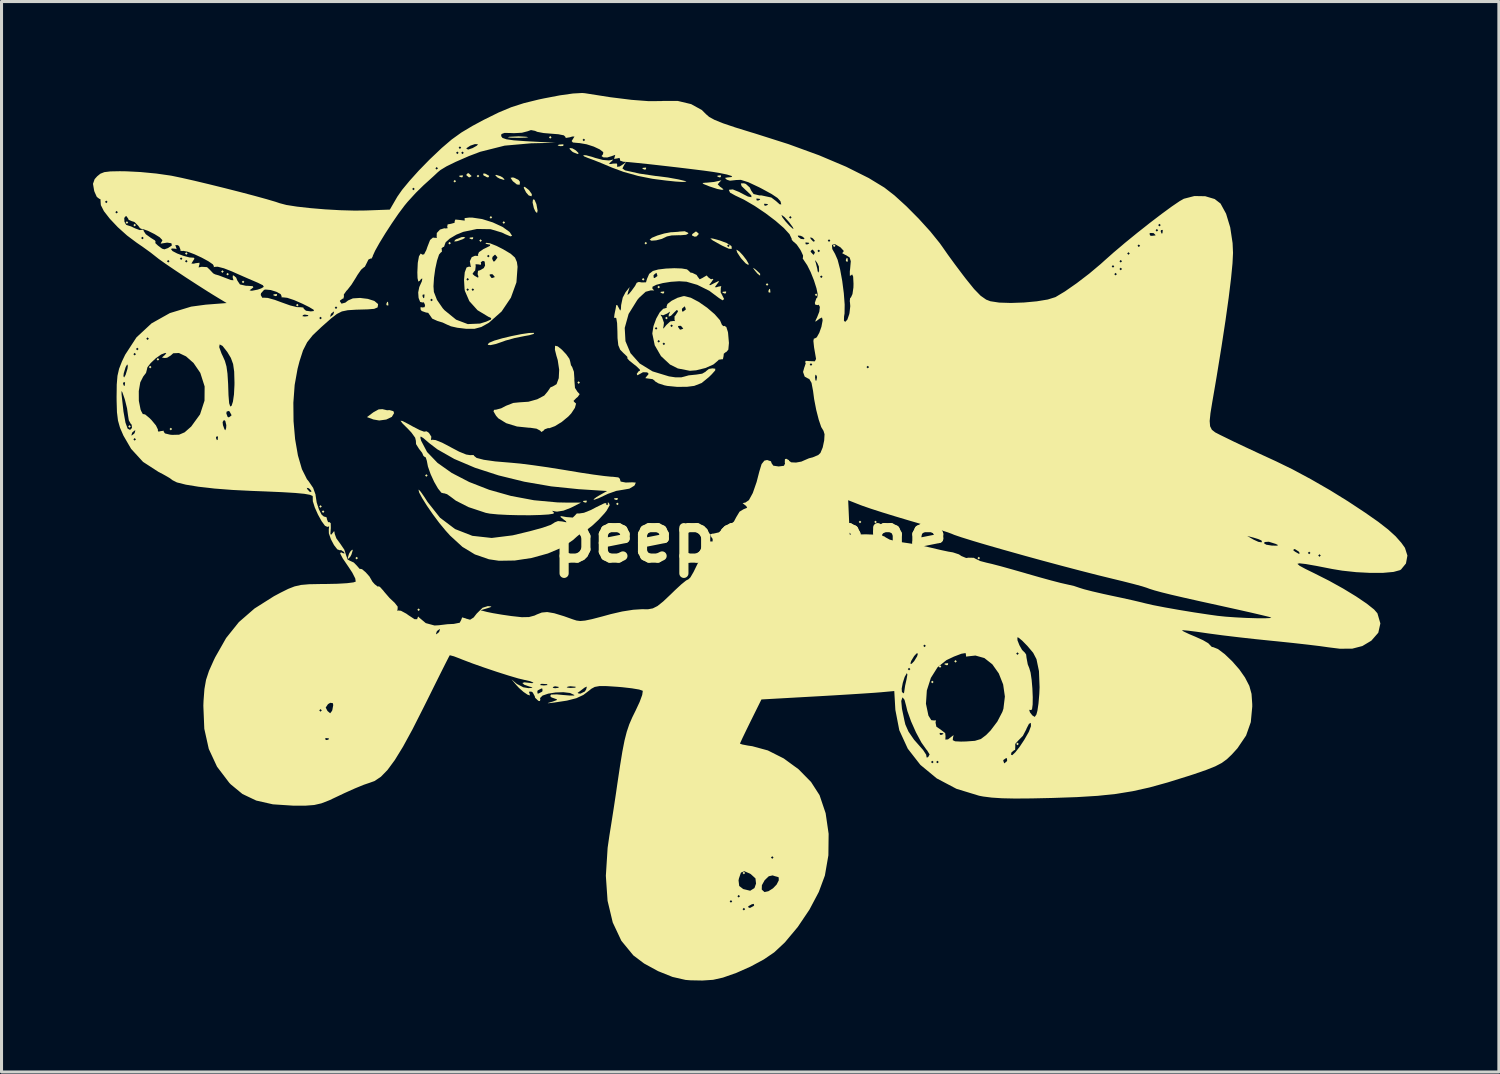
<source format=kicad_pcb>
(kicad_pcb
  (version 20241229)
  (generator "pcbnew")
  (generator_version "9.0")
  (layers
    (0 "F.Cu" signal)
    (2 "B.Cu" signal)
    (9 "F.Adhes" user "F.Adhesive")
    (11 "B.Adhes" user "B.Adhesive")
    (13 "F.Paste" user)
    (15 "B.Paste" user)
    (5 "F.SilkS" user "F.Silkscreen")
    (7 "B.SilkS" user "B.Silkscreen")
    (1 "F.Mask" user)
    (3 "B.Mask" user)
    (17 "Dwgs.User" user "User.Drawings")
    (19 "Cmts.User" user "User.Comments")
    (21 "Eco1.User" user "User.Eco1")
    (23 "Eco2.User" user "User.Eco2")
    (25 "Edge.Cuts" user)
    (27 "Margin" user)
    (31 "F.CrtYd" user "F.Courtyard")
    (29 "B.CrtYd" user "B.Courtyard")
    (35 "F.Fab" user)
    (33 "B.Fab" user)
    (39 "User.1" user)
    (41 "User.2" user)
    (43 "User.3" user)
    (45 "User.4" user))
  (footprint "peepoPlane"
    (layer "F.Cu")
    (at 21.56 14.578)
    (property "Reference" "peepoPlane" (at 0 0 0) (layer "F.SilkS") (effects (font (size 1.5 1.5) (thickness 0.3))))
    (attr board_only exclude_from_pos_files exclude_from_bom)
    (fp_poly (pts (xy -20.405 -10.329) (xy -20.447 -10.287) (xy -20.489 -10.329) (xy -20.447 -10.372)) (stroke (width 0) (type solid)) (fill yes) (layer "F.SilkS"))
    (fp_poly (pts (xy -20.32 -3.641) (xy -20.362 -3.598) (xy -20.405 -3.641) (xy -20.362 -3.683)) (stroke (width 0) (type solid)) (fill yes) (layer "F.SilkS"))
    (fp_poly (pts (xy -20.151 -10.245) (xy -20.193 -10.202) (xy -20.235 -10.245) (xy -20.193 -10.287)) (stroke (width 0) (type solid)) (fill yes) (layer "F.SilkS"))
    (fp_poly (pts (xy -19.643 -5.588) (xy -19.685 -5.546) (xy -19.727 -5.588) (xy -19.685 -5.63)) (stroke (width 0) (type solid)) (fill yes) (layer "F.SilkS"))
    (fp_poly (pts (xy -19.389 -5.842) (xy -19.431 -5.8) (xy -19.473 -5.842) (xy -19.431 -5.884)) (stroke (width 0) (type solid)) (fill yes) (layer "F.SilkS"))
    (fp_poly (pts (xy -18.965 -3.556) (xy -19.008 -3.514) (xy -19.05 -3.556) (xy -19.008 -3.598)) (stroke (width 0) (type solid)) (fill yes) (layer "F.SilkS"))
    (fp_poly (pts (xy -18.457 -9.313) (xy -18.5 -9.271) (xy -18.542 -9.313) (xy -18.5 -9.356)) (stroke (width 0) (type solid)) (fill yes) (layer "F.SilkS"))
    (fp_poly (pts (xy -17.272 -8.721) (xy -17.314 -8.678) (xy -17.357 -8.721) (xy -17.314 -8.763)) (stroke (width 0) (type solid)) (fill yes) (layer "F.SilkS"))
    (fp_poly (pts (xy -17.103 -8.636) (xy -17.145 -8.594) (xy -17.187 -8.636) (xy -17.145 -8.678)) (stroke (width 0) (type solid)) (fill yes) (layer "F.SilkS"))
    (fp_poly (pts (xy -16.595 -8.382) (xy -16.637 -8.34) (xy -16.679 -8.382) (xy -16.637 -8.424)) (stroke (width 0) (type solid)) (fill yes) (layer "F.SilkS"))
    (fp_poly (pts (xy -14.817 -7.62) (xy -14.859 -7.578) (xy -14.901 -7.62) (xy -14.859 -7.662)) (stroke (width 0) (type solid)) (fill yes) (layer "F.SilkS"))
    (fp_poly (pts (xy -14.055 -1.016) (xy -14.097 -0.974) (xy -14.139 -1.016) (xy -14.097 -1.058)) (stroke (width 0) (type solid)) (fill yes) (layer "F.SilkS"))
    (fp_poly (pts (xy -13.97 -0.847) (xy -14.012 -0.804) (xy -14.055 -0.847) (xy -14.012 -0.889)) (stroke (width 0) (type solid)) (fill yes) (layer "F.SilkS"))
    (fp_poly (pts (xy -12.869 0.677) (xy -12.912 0.72) (xy -12.954 0.677) (xy -12.912 0.635)) (stroke (width 0) (type solid)) (fill yes) (layer "F.SilkS"))
    (fp_poly (pts (xy -10.837 2.371) (xy -10.88 2.413) (xy -10.922 2.371) (xy -10.88 2.328)) (stroke (width 0) (type solid)) (fill yes) (layer "F.SilkS"))
    (fp_poly (pts (xy -10.583 -2.032) (xy -10.626 -1.99) (xy -10.668 -2.032) (xy -10.626 -2.074)) (stroke (width 0) (type solid)) (fill yes) (layer "F.SilkS"))
    (fp_poly (pts (xy -9.821 -9.652) (xy -9.864 -9.61) (xy -9.906 -9.652) (xy -9.864 -9.694)) (stroke (width 0) (type solid)) (fill yes) (layer "F.SilkS"))
    (fp_poly (pts (xy -9.652 -11.684) (xy -9.694 -11.642) (xy -9.737 -11.684) (xy -9.694 -11.726)) (stroke (width 0) (type solid)) (fill yes) (layer "F.SilkS"))
    (fp_poly (pts (xy -8.89 -11.853) (xy -8.932 -11.811) (xy -8.975 -11.853) (xy -8.932 -11.896)) (stroke (width 0) (type solid)) (fill yes) (layer "F.SilkS"))
    (fp_poly (pts (xy -8.805 -9.737) (xy -8.848 -9.694) (xy -8.89 -9.737) (xy -8.848 -9.779)) (stroke (width 0) (type solid)) (fill yes) (layer "F.SilkS"))
    (fp_poly (pts (xy -8.467 -10.499) (xy -8.509 -10.456) (xy -8.551 -10.499) (xy -8.509 -10.541)) (stroke (width 0) (type solid)) (fill yes) (layer "F.SilkS"))
    (fp_poly (pts (xy -8.043 -10.329) (xy -8.086 -10.287) (xy -8.128 -10.329) (xy -8.086 -10.372)) (stroke (width 0) (type solid)) (fill yes) (layer "F.SilkS"))
    (fp_poly (pts (xy -6.519 -13.123) (xy -6.562 -13.081) (xy -6.604 -13.123) (xy -6.562 -13.166)) (stroke (width 0) (type solid)) (fill yes) (layer "F.SilkS"))
    (fp_poly (pts (xy -5.588 -5.08) (xy -5.63 -5.038) (xy -5.673 -5.08) (xy -5.63 -5.122)) (stroke (width 0) (type solid)) (fill yes) (layer "F.SilkS"))
    (fp_poly (pts (xy -4.318 -1.101) (xy -4.36 -1.058) (xy -4.403 -1.101) (xy -4.36 -1.143)) (stroke (width 0) (type solid)) (fill yes) (layer "F.SilkS"))
    (fp_poly (pts (xy -3.471 -8.467) (xy -3.514 -8.424) (xy -3.556 -8.467) (xy -3.514 -8.509)) (stroke (width 0) (type solid)) (fill yes) (layer "F.SilkS"))
    (fp_poly (pts (xy -3.387 -9.652) (xy -3.429 -9.61) (xy -3.471 -9.652) (xy -3.429 -9.694)) (stroke (width 0) (type solid)) (fill yes) (layer "F.SilkS"))
    (fp_poly (pts (xy -2.963 -8.213) (xy -3.006 -8.17) (xy -3.048 -8.213) (xy -3.006 -8.255)) (stroke (width 0) (type solid)) (fill yes) (layer "F.SilkS"))
    (fp_poly (pts (xy -2.709 -7.197) (xy -2.752 -7.154) (xy -2.794 -7.197) (xy -2.752 -7.239)) (stroke (width 0) (type solid)) (fill yes) (layer "F.SilkS"))
    (fp_poly (pts (xy -0.169 11.007) (xy -0.212 11.049) (xy -0.254 11.007) (xy -0.212 10.964)) (stroke (width 0) (type solid)) (fill yes) (layer "F.SilkS"))
    (fp_poly (pts (xy 0.593 -8.297) (xy 0.55 -8.255) (xy 0.508 -8.297) (xy 0.55 -8.34)) (stroke (width 0) (type solid)) (fill yes) (layer "F.SilkS"))
    (fp_poly (pts (xy 2.201 -7.959) (xy 2.159 -7.916) (xy 2.117 -7.959) (xy 2.159 -8.001)) (stroke (width 0) (type solid)) (fill yes) (layer "F.SilkS"))
    (fp_poly (pts (xy 2.794 -9.567) (xy 2.752 -9.525) (xy 2.709 -9.567) (xy 2.752 -9.61)) (stroke (width 0) (type solid)) (fill yes) (layer "F.SilkS"))
    (fp_poly (pts (xy 3.641 -0.508) (xy 3.598 -0.466) (xy 3.556 -0.508) (xy 3.598 -0.55)) (stroke (width 0) (type solid)) (fill yes) (layer "F.SilkS"))
    (fp_poly (pts (xy 4.149 -0.508) (xy 4.106 -0.466) (xy 4.064 -0.508) (xy 4.106 -0.55)) (stroke (width 0) (type solid)) (fill yes) (layer "F.SilkS"))
    (fp_poly (pts (xy 6.011 4.741) (xy 5.969 4.784) (xy 5.927 4.741) (xy 5.969 4.699)) (stroke (width 0) (type solid)) (fill yes) (layer "F.SilkS"))
    (fp_poly (pts (xy 6.265 4.233) (xy 6.223 4.276) (xy 6.181 4.233) (xy 6.223 4.191)) (stroke (width 0) (type solid)) (fill yes) (layer "F.SilkS"))
    (fp_poly (pts (xy 6.773 4.064) (xy 6.731 4.106) (xy 6.689 4.064) (xy 6.731 4.022)) (stroke (width 0) (type solid)) (fill yes) (layer "F.SilkS"))
    (fp_poly (pts (xy 7.535 0.677) (xy 7.493 0.72) (xy 7.451 0.677) (xy 7.493 0.635)) (stroke (width 0) (type solid)) (fill yes) (layer "F.SilkS"))
    (fp_poly (pts (xy 8.805 6.773) (xy 8.763 6.816) (xy 8.721 6.773) (xy 8.763 6.731)) (stroke (width 0) (type solid)) (fill yes) (layer "F.SilkS"))
    (fp_poly (pts (xy -15.522 -7.973) (xy -15.534 -7.922) (xy -15.579 -7.916) (xy -15.648 -7.947) (xy -15.635 -7.973) (xy -15.535 -7.983)) (stroke (width 0) (type solid)) (fill yes) (layer "F.SilkS"))
    (fp_poly (pts (xy -11.882 -7.719) (xy -11.871 -7.618) (xy -11.882 -7.606) (xy -11.932 -7.618) (xy -11.938 -7.662) (xy -11.907 -7.732)) (stroke (width 0) (type solid)) (fill yes) (layer "F.SilkS"))
    (fp_poly (pts (xy -9.426 -11.867) (xy -9.438 -11.817) (xy -9.483 -11.811) (xy -9.552 -11.842) (xy -9.539 -11.867) (xy -9.439 -11.878)) (stroke (width 0) (type solid)) (fill yes) (layer "F.SilkS"))
    (fp_poly (pts (xy -9.088 -9.835) (xy -9.099 -9.785) (xy -9.144 -9.779) (xy -9.214 -9.81) (xy -9.2 -9.835) (xy -9.1 -9.846)) (stroke (width 0) (type solid)) (fill yes) (layer "F.SilkS"))
    (fp_poly (pts (xy -6.119 -12.878) (xy -6.144 -12.84) (xy -6.23 -12.834) (xy -6.32 -12.854) (xy -6.281 -12.885) (xy -6.149 -12.895)) (stroke (width 0) (type solid)) (fill yes) (layer "F.SilkS"))
    (fp_poly (pts (xy -5.362 -1.199) (xy -5.374 -1.149) (xy -5.419 -1.143) (xy -5.488 -1.174) (xy -5.475 -1.199) (xy -5.375 -1.21)) (stroke (width 0) (type solid)) (fill yes) (layer "F.SilkS"))
    (fp_poly (pts (xy -4.346 -1.284) (xy -4.358 -1.234) (xy -4.403 -1.228) (xy -4.472 -1.259) (xy -4.459 -1.284) (xy -4.359 -1.294)) (stroke (width 0) (type solid)) (fill yes) (layer "F.SilkS"))
    (fp_poly (pts (xy -3.415 -12.121) (xy -3.427 -12.071) (xy -3.471 -12.065) (xy -3.541 -12.096) (xy -3.528 -12.121) (xy -3.427 -12.132)) (stroke (width 0) (type solid)) (fill yes) (layer "F.SilkS"))
    (fp_poly (pts (xy -2.822 -8.057) (xy -2.834 -8.007) (xy -2.879 -8.001) (xy -2.948 -8.032) (xy -2.935 -8.057) (xy -2.835 -8.068)) (stroke (width 0) (type solid)) (fill yes) (layer "F.SilkS"))
    (fp_poly (pts (xy -0.96 -11.867) (xy -0.971 -11.817) (xy -1.016 -11.811) (xy -1.086 -11.842) (xy -1.072 -11.867) (xy -0.972 -11.878)) (stroke (width 0) (type solid)) (fill yes) (layer "F.SilkS"))
    (fp_poly (pts (xy -0.79 -8.057) (xy -0.802 -8.007) (xy -0.847 -8.001) (xy -0.916 -8.032) (xy -0.903 -8.057) (xy -0.803 -8.068)) (stroke (width 0) (type solid)) (fill yes) (layer "F.SilkS"))
    (fp_poly (pts (xy 0.649 -8.142) (xy 0.659 -8.042) (xy 0.649 -8.029) (xy 0.599 -8.041) (xy 0.593 -8.086) (xy 0.624 -8.155)) (stroke (width 0) (type solid)) (fill yes) (layer "F.SilkS"))
    (fp_poly (pts (xy 3.189 -9.158) (xy 3.199 -9.058) (xy 3.189 -9.045) (xy 3.139 -9.057) (xy 3.133 -9.102) (xy 3.164 -9.171)) (stroke (width 0) (type solid)) (fill yes) (layer "F.SilkS"))
    (fp_poly (pts (xy 6.491 4.135) (xy 6.479 4.185) (xy 6.435 4.191) (xy 6.365 4.16) (xy 6.378 4.135) (xy 6.479 4.124)) (stroke (width 0) (type solid)) (fill yes) (layer "F.SilkS"))
    (fp_poly (pts (xy -8.683 -11.928) (xy -8.564 -11.86) (xy -8.584 -11.815) (xy -8.631 -11.811) (xy -8.746 -11.872) (xy -8.762 -11.895) (xy -8.749 -11.943)) (stroke (width 0) (type solid)) (fill yes) (layer "F.SilkS"))
    (fp_poly (pts (xy -13.041 0.423) (xy -13.083 0.562) (xy -13.123 0.635) (xy -13.19 0.703) (xy -13.205 0.677) (xy -13.163 0.538) (xy -13.123 0.466) (xy -13.056 0.398)) (stroke (width 0) (type solid)) (fill yes) (layer "F.SilkS"))
    (fp_poly (pts (xy -9.347 -9.832) (xy -9.44 -9.779) (xy -9.62 -9.716) (xy -9.712 -9.707) (xy -9.686 -9.755) (xy -9.652 -9.779) (xy -9.471 -9.849) (xy -9.398 -9.856)) (stroke (width 0) (type solid)) (fill yes) (layer "F.SilkS"))
    (fp_poly (pts (xy -9.229 -11.938) (xy -9.148 -11.862) (xy -9.144 -11.848) (xy -9.21 -11.812) (xy -9.229 -11.811) (xy -9.31 -11.876) (xy -9.313 -11.901) (xy -9.261 -11.951)) (stroke (width 0) (type solid)) (fill yes) (layer "F.SilkS"))
    (fp_poly (pts (xy -8.201 -11.851) (xy -8.128 -11.811) (xy -8.06 -11.744) (xy -8.086 -11.729) (xy -8.225 -11.771) (xy -8.297 -11.811) (xy -8.365 -11.878) (xy -8.34 -11.893)) (stroke (width 0) (type solid)) (fill yes) (layer "F.SilkS"))
    (fp_poly (pts (xy -7.27 -11.401) (xy -7.254 -11.385) (xy -7.165 -11.259) (xy -7.174 -11.19) (xy -7.268 -11.217) (xy -7.355 -11.317) (xy -7.434 -11.474) (xy -7.403 -11.504)) (stroke (width 0) (type solid)) (fill yes) (layer "F.SilkS"))
    (fp_poly (pts (xy -5.835 -12.761) (xy -5.72 -12.693) (xy -5.628 -12.601) (xy -5.663 -12.576) (xy -5.795 -12.628) (xy -5.84 -12.654) (xy -5.926 -12.74) (xy -5.924 -12.773)) (stroke (width 0) (type solid)) (fill yes) (layer "F.SilkS"))
    (fp_poly (pts (xy -1.696 -9.968) (xy -1.693 -9.948) (xy -1.762 -9.874) (xy -1.825 -9.864) (xy -1.913 -9.905) (xy -1.905 -9.948) (xy -1.797 -10.03) (xy -1.773 -10.033)) (stroke (width 0) (type solid)) (fill yes) (layer "F.SilkS"))
    (fp_poly (pts (xy 0.129 -8.821) (xy 0.19 -8.774) (xy 0.322 -8.65) (xy 0.322 -8.595) (xy 0.307 -8.594) (xy 0.236 -8.652) (xy 0.159 -8.742) (xy 0.085 -8.842)) (stroke (width 0) (type solid)) (fill yes) (layer "F.SilkS"))
    (fp_poly (pts (xy -7.751 -11.8) (xy -7.6 -11.724) (xy -7.556 -11.663) (xy -7.565 -11.569) (xy -7.657 -11.577) (xy -7.786 -11.681) (xy -7.797 -11.694) (xy -7.864 -11.795) (xy -7.797 -11.808)) (stroke (width 0) (type solid)) (fill yes) (layer "F.SilkS"))
    (fp_poly (pts (xy -7.077 -11.076) (xy -7.018 -10.937) (xy -7.014 -10.923) (xy -6.977 -10.721) (xy -6.995 -10.639) (xy -7.052 -10.696) (xy -7.1 -10.804) (xy -7.141 -10.987) (xy -7.128 -11.088)) (stroke (width 0) (type solid)) (fill yes) (layer "F.SilkS"))
    (fp_poly (pts (xy -7.345 -13.142) (xy -7.281 -13.126) (xy -7.367 -13.114) (xy -7.585 -13.108) (xy -7.62 -13.108) (xy -7.853 -13.112) (xy -7.956 -13.124) (xy -7.912 -13.14) (xy -7.895 -13.142) (xy -7.598 -13.156)) (stroke (width 0) (type solid)) (fill yes) (layer "F.SilkS"))
    (fp_poly (pts (xy -0.36 -9.379) (xy -0.241 -9.251) (xy -0.127 -9.101) (xy -0.056 -8.978) (xy -0.062 -8.932) (xy -0.157 -8.994) (xy -0.296 -9.147) (xy -0.325 -9.186) (xy -0.43 -9.347) (xy -0.456 -9.432) (xy -0.447 -9.436)) (stroke (width 0) (type solid)) (fill yes) (layer "F.SilkS"))
    (fp_poly (pts (xy -12.067 -4.208) (xy -11.914 -4.172) (xy -11.832 -4.177) (xy -11.707 -4.142) (xy -11.684 -4.078) (xy -11.758 -3.954) (xy -11.94 -3.867) (xy -12.171 -3.836) (xy -12.362 -3.869) (xy -12.573 -3.947) (xy -12.363 -4.105) (xy -12.191 -4.2) (xy -12.068 -4.208)) (stroke (width 0) (type solid)) (fill yes) (layer "F.SilkS"))
    (fp_poly (pts (xy -1 -11.663) (xy -1.005 -11.66) (xy -1.069 -11.58) (xy -0.987 -11.499) (xy -0.963 -11.485) (xy -0.878 -11.417) (xy -0.926 -11.4) (xy -1.082 -11.43) (xy -1.319 -11.507) (xy -1.355 -11.52) (xy -1.537 -11.593) (xy -1.569 -11.626) (xy -1.464 -11.636) (xy -1.425 -11.637) (xy -1.19 -11.66) (xy -1.044 -11.692) (xy -0.948 -11.714)) (stroke (width 0) (type solid)) (fill yes) (layer "F.SilkS"))
    (fp_poly (pts (xy -7.093 -6.708) (xy -7.105 -6.675) (xy -7.25 -6.633) (xy -7.408 -6.605) (xy -7.726 -6.541) (xy -8.026 -6.458) (xy -8.117 -6.424) (xy -8.344 -6.346) (xy -8.52 -6.308) (xy -8.612 -6.315) (xy -8.585 -6.368) (xy -8.551 -6.392) (xy -8.395 -6.457) (xy -8.136 -6.532) (xy -7.825 -6.606) (xy -7.515 -6.668) (xy -7.257 -6.706) (xy -7.103 -6.71)) (stroke (width 0) (type solid)) (fill yes) (layer "F.SilkS"))
    (fp_poly (pts (xy -1.236 -9.805) (xy -1.008 -9.743) (xy -1.007 -9.743) (xy -0.78 -9.658) (xy -0.634 -9.569) (xy -0.611 -9.538) (xy -0.612 -9.463) (xy -0.707 -9.471) (xy -0.916 -9.567) (xy -0.762 -9.567) (xy -0.72 -9.525) (xy -0.677 -9.567) (xy -0.72 -9.61) (xy -0.762 -9.567) (xy -0.916 -9.567) (xy -0.916 -9.567) (xy -1.002 -9.613) (xy -1.233 -9.743) (xy -1.311 -9.806)) (stroke (width 0) (type solid)) (fill yes) (layer "F.SilkS"))
    (fp_poly (pts (xy -2.041 -9.993) (xy -2.032 -9.966) (xy -2.107 -9.927) (xy -2.292 -9.912) (xy -2.35 -9.913) (xy -2.58 -9.906) (xy -2.737 -9.872) (xy -2.752 -9.864) (xy -2.901 -9.793) (xy -3.086 -9.745) (xy -3.242 -9.733) (xy -3.302 -9.764) (xy -3.229 -9.828) (xy -3.049 -9.903) (xy -2.823 -9.97) (xy -2.61 -10.01) (xy -2.54 -10.013) (xy -2.369 -10.025) (xy -2.328 -10.032) (xy -2.15 -10.043)) (stroke (width 0) (type solid)) (fill yes) (layer "F.SilkS"))
    (fp_poly (pts (xy -5.387 -12.535) (xy -5.192 -12.484) (xy -5.092 -12.45) (xy -4.841 -12.383) (xy -4.638 -12.365) (xy -4.592 -12.373) (xy -4.495 -12.395) (xy -4.544 -12.342) (xy -4.572 -12.32) (xy -4.641 -12.251) (xy -4.569 -12.249) (xy -4.508 -12.261) (xy -4.381 -12.266) (xy -4.365 -12.226) (xy -4.371 -12.157) (xy -4.283 -12.168) (xy -4.151 -12.253) (xy -4.149 -12.255) (xy -4.073 -12.317) (xy -4.108 -12.258) (xy -4.136 -12.22) (xy -4.195 -12.103) (xy -4.114 -12.043) (xy -4.09 -12.036) (xy -3.635 -11.934) (xy -3.114 -11.857) (xy -3.031 -11.849) (xy -2.701 -11.806) (xy -2.369 -11.746) (xy -2.328 -11.737) (xy -2.134 -11.69) (xy -2.096 -11.668) (xy -2.206 -11.661) (xy -2.244 -11.661) (xy -2.446 -11.673) (xy -2.756 -11.705) (xy -3.118 -11.751) (xy -3.217 -11.765) (xy -3.679 -11.857) (xy -4.159 -11.991) (xy -4.53 -12.128) (xy -4.846 -12.261) (xy -5.124 -12.373) (xy -5.309 -12.441) (xy -5.319 -12.444) (xy -5.455 -12.501) (xy -5.481 -12.539)) (stroke (width 0) (type solid)) (fill yes) (layer "F.SilkS"))
    (fp_poly (pts (xy -6.316 -6.267) (xy -6.18 -6.158) (xy -6.037 -6.005) (xy -5.933 -5.858) (xy -5.908 -5.771) (xy -5.882 -5.649) (xy -5.842 -5.588) (xy -5.786 -5.435) (xy -5.77 -5.203) (xy -5.772 -5.168) (xy -5.751 -4.905) (xy -5.669 -4.777) (xy -5.597 -4.7) (xy -5.659 -4.611) (xy -5.71 -4.57) (xy -5.799 -4.478) (xy -5.776 -4.445) (xy -5.715 -4.39) (xy -5.753 -4.251) (xy -5.873 -4.069) (xy -5.965 -3.97) (xy -6.182 -3.79) (xy -6.408 -3.651) (xy -6.588 -3.584) (xy -6.639 -3.585) (xy -6.746 -3.546) (xy -6.776 -3.509) (xy -6.851 -3.458) (xy -6.895 -3.505) (xy -7.011 -3.567) (xy -7.22 -3.598) (xy -7.255 -3.598) (xy -7.653 -3.639) (xy -8.007 -3.748) (xy -8.267 -3.908) (xy -8.34 -3.992) (xy -8.423 -4.134) (xy -8.405 -4.185) (xy -8.339 -4.191) (xy -8.172 -4.235) (xy -8.009 -4.32) (xy -7.773 -4.412) (xy -7.568 -4.432) (xy -7.277 -4.451) (xy -6.988 -4.532) (xy -6.758 -4.654) (xy -6.645 -4.789) (xy -6.554 -4.923) (xy -6.48 -4.953) (xy -6.355 -5.027) (xy -6.283 -5.224) (xy -6.269 -5.501) (xy -6.317 -5.819) (xy -6.36 -5.961) (xy -6.409 -6.159) (xy -6.404 -6.281) (xy -6.399 -6.287)) (stroke (width 0) (type solid)) (fill yes) (layer "F.SilkS"))
    (fp_poly (pts (xy -10.812 -1.501) (xy -10.693 -1.331) (xy -10.586 -1.164) (xy -10.177 -0.647) (xy -9.684 -0.275) (xy -9.117 -0.053) (xy -8.483 0.017) (xy -7.792 -0.069) (xy -7.789 -0.07) (xy -7.224 -0.206) (xy -6.815 -0.318) (xy -6.554 -0.409) (xy -6.429 -0.483) (xy -6.422 -0.492) (xy -6.308 -0.537) (xy -6.168 -0.524) (xy -6.031 -0.495) (xy -6.046 -0.53) (xy -6.135 -0.598) (xy -6.234 -0.679) (xy -6.204 -0.699) (xy -6.03 -0.668) (xy -5.823 -0.652) (xy -5.757 -0.715) (xy -5.691 -0.786) (xy -5.609 -0.786) (xy -5.456 -0.809) (xy -5.224 -0.902) (xy -5.062 -0.988) (xy -4.793 -1.119) (xy -4.711 -1.131) (xy -4.741 -1.101) (xy -4.699 -1.058) (xy -4.657 -1.101) (xy -4.69 -1.134) (xy -4.64 -1.141) (xy -4.612 -1.058) (xy -4.715 -0.875) (xy -4.784 -0.789) (xy -4.981 -0.575) (xy -5.188 -0.383) (xy -5.362 -0.25) (xy -5.448 -0.212) (xy -5.531 -0.159) (xy -5.694 -0.024) (xy -5.816 0.086) (xy -6.169 0.327) (xy -6.639 0.526) (xy -7.175 0.674) (xy -7.727 0.757) (xy -8.244 0.765) (xy -8.574 0.716) (xy -9.034 0.557) (xy -9.443 0.309) (xy -9.845 -0.059) (xy -9.995 -0.225) (xy -10.202 -0.476) (xy -10.412 -0.758) (xy -10.606 -1.039) (xy -10.762 -1.288) (xy -10.861 -1.472) (xy -10.882 -1.562) (xy -10.873 -1.566)) (stroke (width 0) (type solid)) (fill yes) (layer "F.SilkS"))
    (fp_poly (pts (xy -11.412 -3.82) (xy -11.215 -3.719) (xy -11.06 -3.633) (xy -10.843 -3.522) (xy -10.701 -3.469) (xy -10.668 -3.474) (xy -10.616 -3.48) (xy -10.542 -3.43) (xy -10.462 -3.305) (xy -10.47 -3.237) (xy -10.47 -3.189) (xy -10.433 -3.205) (xy -10.32 -3.193) (xy -10.108 -3.108) (xy -9.842 -2.969) (xy -9.823 -2.957) (xy -9.549 -2.813) (xy -9.32 -2.72) (xy -9.185 -2.698) (xy -9.181 -2.7) (xy -9.075 -2.703) (xy -9.059 -2.674) (xy -8.977 -2.608) (xy -8.741 -2.547) (xy -8.366 -2.494) (xy -7.866 -2.452) (xy -7.843 -2.45) (xy -7.541 -2.422) (xy -7.123 -2.369) (xy -6.639 -2.3) (xy -6.14 -2.22) (xy -6.03 -2.202) (xy -5.568 -2.125) (xy -5.144 -2.061) (xy -4.794 -2.015) (xy -4.559 -1.991) (xy -4.511 -1.99) (xy -4.326 -1.969) (xy -4.271 -1.914) (xy -4.276 -1.905) (xy -4.252 -1.833) (xy -4.087 -1.801) (xy -3.862 -1.808) (xy -3.755 -1.799) (xy -3.791 -1.716) (xy -3.809 -1.694) (xy -3.967 -1.6) (xy -4.162 -1.566) (xy -4.397 -1.527) (xy -4.672 -1.43) (xy -4.741 -1.397) (xy -4.973 -1.288) (xy -5.114 -1.238) (xy -5.145 -1.249) (xy -5.046 -1.323) (xy -4.953 -1.379) (xy -4.699 -1.523) (xy -5.63 -1.583) (xy -6.529 -1.675) (xy -7.413 -1.828) (xy -8.257 -2.035) (xy -9.031 -2.286) (xy -9.709 -2.574) (xy -10.263 -2.889) (xy -10.533 -3.095) (xy -10.722 -3.257) (xy -10.81 -3.312) (xy -10.823 -3.269) (xy -10.797 -3.173) (xy -10.602 -2.802) (xy -10.26 -2.446) (xy -9.792 -2.115) (xy -9.219 -1.818) (xy -8.565 -1.563) (xy -7.849 -1.361) (xy -7.095 -1.22) (xy -6.324 -1.149) (xy -6.021 -1.143) (xy -5.552 -1.143) (xy -5.884 -0.974) (xy -6.129 -0.879) (xy -6.339 -0.846) (xy -6.389 -0.852) (xy -6.5 -0.874) (xy -6.461 -0.83) (xy -6.435 -0.811) (xy -6.46 -0.778) (xy -6.622 -0.753) (xy -6.884 -0.737) (xy -7.215 -0.728) (xy -7.58 -0.729) (xy -7.946 -0.738) (xy -8.278 -0.755) (xy -8.543 -0.781) (xy -8.678 -0.807) (xy -9.244 -0.995) (xy -9.658 -1.206) (xy -9.787 -1.304) (xy -9.946 -1.418) (xy -10.048 -1.45) (xy -10.054 -1.446) (xy -10.132 -1.466) (xy -10.244 -1.605) (xy -10.369 -1.822) (xy -10.486 -2.076) (xy -10.574 -2.327) (xy -10.61 -2.513) (xy -10.646 -2.627) (xy -10.678 -2.64) (xy -10.724 -2.677) (xy -10.723 -2.679) (xy -10.764 -2.775) (xy -10.867 -2.907) (xy -10.964 -3.062) (xy -10.969 -3.168) (xy -10.993 -3.271) (xy -11.115 -3.44) (xy -11.222 -3.554) (xy -11.408 -3.74) (xy -11.474 -3.828)) (stroke (width 0) (type solid)) (fill yes) (layer "F.SilkS"))
    (fp_poly (pts (xy -1.953 -7.863) (xy -1.692 -7.726) (xy -1.417 -7.535) (xy -1.171 -7.324) (xy -0.995 -7.125) (xy -0.931 -6.974) (xy -0.88 -6.928) (xy -0.851 -6.94) (xy -0.787 -6.902) (xy -0.736 -6.743) (xy -0.73 -6.712) (xy -0.701 -6.378) (xy -0.721 -6.16) (xy -0.79 -6.08) (xy -0.801 -6.081) (xy -0.87 -6.026) (xy -0.877 -5.949) (xy -0.899 -5.845) (xy -0.935 -5.844) (xy -1.036 -5.829) (xy -1.054 -5.806) (xy -1.211 -5.673) (xy -1.473 -5.557) (xy -1.777 -5.482) (xy -1.982 -5.466) (xy -2.377 -5.543) (xy -2.633 -5.671) (xy -2.93 -5.948) (xy -3.135 -6.304) (xy -3.144 -6.35) (xy -2.879 -6.35) (xy -2.836 -6.308) (xy -2.794 -6.35) (xy -2.836 -6.392) (xy -2.879 -6.35) (xy -3.144 -6.35) (xy -3.162 -6.435) (xy -3.048 -6.435) (xy -3.006 -6.392) (xy -2.963 -6.435) (xy -3.006 -6.477) (xy -3.048 -6.435) (xy -3.162 -6.435) (xy -3.213 -6.679) (xy -3.213 -6.701) (xy -3.188 -6.858) (xy -3.133 -6.858) (xy -3.09 -6.816) (xy -3.048 -6.858) (xy -3.09 -6.9) (xy -3.133 -6.858) (xy -3.188 -6.858) (xy -3.175 -6.933) (xy -3.086 -7.178) (xy -3.017 -7.301) (xy -2.945 -7.301) (xy -2.896 -7.229) (xy -2.833 -7.041) (xy -2.845 -6.932) (xy -2.864 -6.847) (xy -2.808 -6.898) (xy -2.774 -6.943) (xy -2.625 -6.943) (xy -2.582 -6.9) (xy -2.577 -6.905) (xy -2.371 -6.905) (xy -2.309 -6.819) (xy -2.286 -6.816) (xy -2.204 -6.845) (xy -2.201 -6.853) (xy -2.261 -6.925) (xy -2.286 -6.943) (xy -2.364 -6.936) (xy -2.371 -6.905) (xy -2.577 -6.905) (xy -2.54 -6.943) (xy -2.582 -6.985) (xy -2.625 -6.943) (xy -2.774 -6.943) (xy -2.756 -6.965) (xy -2.625 -7.086) (xy -2.521 -7.1) (xy -2.469 -7.097) (xy -2.486 -7.135) (xy -2.485 -7.253) (xy -2.457 -7.28) (xy -2.376 -7.405) (xy -2.373 -7.434) (xy -2.415 -7.459) (xy -2.489 -7.387) (xy -2.601 -7.272) (xy -2.677 -7.242) (xy -2.675 -7.308) (xy -2.656 -7.345) (xy -2.63 -7.408) (xy -2.709 -7.356) (xy -2.722 -7.346) (xy -2.861 -7.286) (xy -2.926 -7.303) (xy -2.945 -7.301) (xy -3.017 -7.301) (xy -2.97 -7.384) (xy -2.863 -7.493) (xy -2.244 -7.493) (xy -2.237 -7.415) (xy -2.206 -7.408) (xy -2.12 -7.47) (xy -2.117 -7.493) (xy -2.146 -7.575) (xy -2.154 -7.578) (xy -2.226 -7.518) (xy -2.244 -7.493) (xy -2.863 -7.493) (xy -2.854 -7.502) (xy -2.804 -7.512) (xy -2.737 -7.537) (xy -2.748 -7.572) (xy -2.717 -7.658) (xy -2.579 -7.764) (xy -2.389 -7.86) (xy -2.202 -7.913) (xy -2.159 -7.916)) (stroke (width 0) (type solid)) (fill yes) (layer "F.SilkS"))
    (fp_poly (pts (xy -2.247 -8.822) (xy -2.077 -8.793) (xy -2.032 -8.756) (xy -1.963 -8.688) (xy -1.902 -8.678) (xy -1.762 -8.61) (xy -1.723 -8.549) (xy -1.66 -8.466) (xy -1.551 -8.521) (xy -1.543 -8.528) (xy -1.43 -8.593) (xy -1.376 -8.53) (xy -1.288 -8.467) (xy -1.242 -8.482) (xy -1.21 -8.475) (xy -1.27 -8.384) (xy -1.348 -8.28) (xy -1.312 -8.275) (xy -1.185 -8.34) (xy -1.044 -8.409) (xy -1.03 -8.389) (xy -1.091 -8.309) (xy -1.164 -8.208) (xy -1.11 -8.206) (xy -1.056 -8.225) (xy -0.952 -8.244) (xy -0.967 -8.181) (xy -0.973 -8.038) (xy -0.927 -7.953) (xy -0.859 -7.819) (xy -0.908 -7.777) (xy -1.027 -7.852) (xy -1.345 -8.09) (xy -1.739 -8.285) (xy -2.093 -8.388) (xy -2.332 -8.403) (xy -2.603 -8.385) (xy -2.866 -8.344) (xy -3.081 -8.287) (xy -3.209 -8.223) (xy -3.211 -8.159) (xy -3.205 -8.155) (xy -3.153 -8.101) (xy -3.253 -8.104) (xy -3.26 -8.105) (xy -3.433 -8.058) (xy -3.648 -7.86) (xy -3.705 -7.792) (xy -3.992 -7.33) (xy -4.119 -6.873) (xy -4.095 -6.438) (xy -3.929 -6.043) (xy -3.63 -5.707) (xy -3.206 -5.447) (xy -2.668 -5.283) (xy -2.461 -5.252) (xy -2.264 -5.251) (xy -2.159 -5.278) (xy -2.022 -5.316) (xy -1.802 -5.339) (xy -1.782 -5.34) (xy -1.578 -5.372) (xy -1.463 -5.438) (xy -1.458 -5.448) (xy -1.358 -5.527) (xy -1.244 -5.546) (xy -1.149 -5.534) (xy -1.152 -5.478) (xy -1.264 -5.352) (xy -1.359 -5.259) (xy -1.595 -5.066) (xy -1.84 -4.971) (xy -2.076 -4.941) (xy -2.403 -4.939) (xy -2.721 -4.97) (xy -2.815 -4.989) (xy -3.018 -5.055) (xy -3.127 -5.122) (xy -3.133 -5.137) (xy -3.205 -5.192) (xy -3.323 -5.208) (xy -3.443 -5.225) (xy -3.406 -5.278) (xy -3.399 -5.282) (xy -3.333 -5.364) (xy -3.381 -5.415) (xy -3.52 -5.419) (xy -3.602 -5.373) (xy -3.704 -5.318) (xy -3.725 -5.366) (xy -3.659 -5.455) (xy -3.624 -5.461) (xy -3.621 -5.504) (xy -3.732 -5.612) (xy -3.81 -5.673) (xy -3.97 -5.801) (xy -4.036 -5.876) (xy -4.029 -5.884) (xy -4.037 -5.929) (xy -4.149 -6.037) (xy -4.159 -6.045) (xy -4.269 -6.158) (xy -4.33 -6.305) (xy -4.355 -6.536) (xy -4.359 -6.756) (xy -4.369 -7.029) (xy -4.395 -7.189) (xy -4.431 -7.209) (xy -4.469 -7.2) (xy -4.454 -7.324) (xy -4.414 -7.518) (xy -4.398 -7.62) (xy -4.366 -7.624) (xy -4.318 -7.535) (xy -4.267 -7.44) (xy -4.244 -7.489) (xy -4.237 -7.62) (xy -4.185 -7.866) (xy -4.092 -8.043) (xy -3.957 -8.213) (xy -4.011 -8.043) (xy -4.031 -7.951) (xy -3.98 -7.987) (xy -3.898 -8.086) (xy -3.78 -8.249) (xy -3.727 -8.351) (xy -3.727 -8.353) (xy -3.658 -8.38) (xy -3.556 -8.364) (xy -3.421 -8.368) (xy -3.387 -8.485) (xy -3.339 -8.594) (xy -3.175 -8.594) (xy -3.168 -8.516) (xy -3.138 -8.509) (xy -3.051 -8.57) (xy -3.048 -8.594) (xy -3.077 -8.676) (xy -3.085 -8.678) (xy -3.158 -8.619) (xy -3.175 -8.594) (xy -3.339 -8.594) (xy -3.317 -8.645) (xy -3.196 -8.74) (xy -3.02 -8.789) (xy -2.769 -8.819) (xy -2.494 -8.831)) (stroke (width 0) (type solid)) (fill yes) (layer "F.SilkS"))
    (fp_poly (pts (xy -9.118 -10.491) (xy -8.797 -10.443) (xy -8.446 -10.333) (xy -8.128 -10.186) (xy -7.906 -10.027) (xy -7.884 -10.002) (xy -7.813 -9.892) (xy -7.867 -9.876) (xy -8.053 -9.953) (xy -8.144 -9.999) (xy -8.519 -10.111) (xy -8.964 -10.118) (xy -9.416 -10.023) (xy -9.64 -9.932) (xy -9.858 -9.803) (xy -9.991 -9.684) (xy -10.012 -9.631) (xy -10.046 -9.534) (xy -10.08 -9.525) (xy -10.131 -9.473) (xy -10.118 -9.44) (xy -10.118 -9.362) (xy -10.143 -9.356) (xy -10.209 -9.279) (xy -10.275 -9.081) (xy -10.334 -8.81) (xy -10.375 -8.513) (xy -10.392 -8.237) (xy -10.379 -8.053) (xy -10.277 -7.791) (xy -10.088 -7.517) (xy -10.029 -7.452) (xy -9.65 -7.143) (xy -9.268 -6.998) (xy -8.866 -7.015) (xy -8.663 -7.078) (xy -8.507 -7.147) (xy -8.498 -7.194) (xy -8.594 -7.24) (xy -8.947 -7.453) (xy -9.216 -7.751) (xy -9.363 -8.09) (xy -9.369 -8.128) (xy -9.313 -8.128) (xy -9.271 -8.086) (xy -9.229 -8.128) (xy -9.144 -8.128) (xy -9.102 -8.086) (xy -9.059 -8.128) (xy -9.102 -8.17) (xy -9.144 -8.128) (xy -9.229 -8.128) (xy -9.271 -8.17) (xy -9.313 -8.128) (xy -9.369 -8.128) (xy -9.372 -8.144) (xy -9.39 -8.447) (xy -9.388 -8.467) (xy -9.313 -8.467) (xy -9.271 -8.424) (xy -9.229 -8.467) (xy -9.271 -8.509) (xy -9.313 -8.467) (xy -9.388 -8.467) (xy -9.371 -8.644) (xy -9.112 -8.644) (xy -9.047 -8.584) (xy -8.929 -8.518) (xy -8.918 -8.563) (xy -8.931 -8.599) (xy -8.551 -8.599) (xy -8.49 -8.512) (xy -8.467 -8.509) (xy -8.384 -8.538) (xy -8.382 -8.546) (xy -8.441 -8.619) (xy -8.467 -8.636) (xy -8.545 -8.629) (xy -8.551 -8.599) (xy -8.931 -8.599) (xy -8.944 -8.636) (xy -8.931 -8.745) (xy -8.867 -8.763) (xy -8.743 -8.834) (xy -8.7 -8.918) (xy -8.712 -9.048) (xy -8.771 -9.073) (xy -8.842 -9.026) (xy -8.83 -8.989) (xy -8.842 -8.94) (xy -8.914 -8.956) (xy -9.013 -8.961) (xy -9.007 -8.894) (xy -9.024 -8.756) (xy -9.063 -8.719) (xy -9.112 -8.644) (xy -9.371 -8.644) (xy -9.366 -8.696) (xy -9.307 -8.855) (xy -9.221 -8.885) (xy -9.213 -8.88) (xy -9.157 -8.873) (xy -9.174 -8.912) (xy -9.199 -9.06) (xy -9.162 -9.139) (xy -8.467 -9.139) (xy -8.426 -9.051) (xy -8.382 -9.059) (xy -8.301 -9.168) (xy -8.297 -9.191) (xy -8.362 -9.269) (xy -8.382 -9.271) (xy -8.456 -9.202) (xy -8.467 -9.139) (xy -9.162 -9.139) (xy -9.137 -9.193) (xy -9.053 -9.229) (xy -8.636 -9.229) (xy -8.594 -9.186) (xy -8.551 -9.229) (xy -8.594 -9.271) (xy -8.636 -9.229) (xy -9.053 -9.229) (xy -9.024 -9.241) (xy -9.002 -9.235) (xy -8.924 -9.235) (xy -8.934 -9.274) (xy -8.9 -9.358) (xy -8.751 -9.46) (xy -8.705 -9.481) (xy -8.542 -9.562) (xy -8.531 -9.603) (xy -8.594 -9.613) (xy -8.688 -9.636) (xy -8.662 -9.664) (xy -8.539 -9.648) (xy -8.323 -9.562) (xy -8.112 -9.455) (xy -7.858 -9.304) (xy -7.719 -9.179) (xy -7.656 -9.034) (xy -7.634 -8.878) (xy -7.671 -8.367) (xy -7.853 -7.864) (xy -8.158 -7.411) (xy -8.566 -7.049) (xy -8.589 -7.033) (xy -8.823 -6.903) (xy -9.047 -6.843) (xy -9.326 -6.844) (xy -9.61 -6.878) (xy -9.819 -6.925) (xy -9.948 -6.981) (xy -10.089 -7.048) (xy -10.266 -7.102) (xy -10.434 -7.178) (xy -10.499 -7.274) (xy -10.566 -7.367) (xy -10.638 -7.378) (xy -10.78 -7.428) (xy -10.818 -7.484) (xy -10.812 -7.559) (xy -10.764 -7.542) (xy -10.682 -7.553) (xy -10.668 -7.62) (xy -10.707 -7.712) (xy -10.75 -7.706) (xy -10.829 -7.725) (xy -10.854 -7.789) (xy -10.499 -7.789) (xy -10.456 -7.747) (xy -10.414 -7.789) (xy -10.456 -7.832) (xy -10.499 -7.789) (xy -10.854 -7.789) (xy -10.88 -7.855) (xy -10.885 -7.916) (xy -10.753 -7.916) (xy -10.722 -7.847) (xy -10.696 -7.86) (xy -10.686 -7.96) (xy -10.696 -7.973) (xy -10.747 -7.961) (xy -10.753 -7.916) (xy -10.885 -7.916) (xy -10.893 -8.037) (xy -10.858 -8.212) (xy -10.845 -8.242) (xy -10.773 -8.402) (xy -10.757 -8.493) (xy -10.799 -8.478) (xy -10.837 -8.424) (xy -10.888 -8.392) (xy -10.915 -8.505) (xy -10.921 -8.693) (xy -10.907 -9.006) (xy -10.868 -9.221) (xy -10.812 -9.312) (xy -10.755 -9.275) (xy -10.699 -9.287) (xy -10.626 -9.43) (xy -10.592 -9.529) (xy -10.503 -9.757) (xy -10.409 -9.836) (xy -10.362 -9.829) (xy -10.279 -9.826) (xy -10.288 -9.865) (xy -10.283 -9.986) (xy -10.178 -10.098) (xy -10.035 -10.142) (xy -9.999 -10.135) (xy -9.925 -10.143) (xy -9.942 -10.191) (xy -9.927 -10.268) (xy -9.821 -10.287) (xy -9.7 -10.32) (xy -9.696 -10.375) (xy -9.674 -10.427) (xy -9.511 -10.411) (xy -9.369 -10.392) (xy -9.366 -10.426) (xy -9.372 -10.43) (xy -9.369 -10.474) (xy -9.216 -10.492)) (stroke (width 0) (type solid)) (fill yes) (layer "F.SilkS"))
    (fp_poly (pts (xy -5.423 -14.57) (xy -4.596 -14.44) (xy -3.895 -14.353) (xy -3.332 -14.31) (xy -2.918 -14.313) (xy -2.856 -14.318) (xy -2.378 -14.317) (xy -1.941 -14.213) (xy -1.591 -14.02) (xy -1.452 -13.882) (xy -1.349 -13.792) (xy -1.17 -13.695) (xy -0.892 -13.583) (xy -0.495 -13.449) (xy 0.042 -13.283) (xy 0.137 -13.255) (xy 1.25 -12.901) (xy 2.257 -12.534) (xy 3.141 -12.16) (xy 3.886 -11.787) (xy 4.397 -11.476) (xy 4.729 -11.218) (xy 5.118 -10.864) (xy 5.522 -10.457) (xy 5.901 -10.04) (xy 6.213 -9.654) (xy 6.321 -9.502) (xy 6.483 -9.27) (xy 6.71 -8.959) (xy 6.964 -8.621) (xy 7.069 -8.484) (xy 7.341 -8.147) (xy 7.554 -7.928) (xy 7.737 -7.8) (xy 7.875 -7.747) (xy 8.163 -7.703) (xy 8.548 -7.691) (xy 8.977 -7.706) (xy 9.398 -7.745) (xy 9.757 -7.804) (xy 10.003 -7.881) (xy 10.011 -7.884) (xy 10.321 -8.07) (xy 10.704 -8.337) (xy 11.095 -8.636) (xy 11.938 -8.636) (xy 11.98 -8.594) (xy 12.023 -8.636) (xy 11.98 -8.678) (xy 11.938 -8.636) (xy 11.095 -8.636) (xy 11.111 -8.648) (xy 11.298 -8.805) (xy 12.107 -8.805) (xy 12.15 -8.763) (xy 12.192 -8.805) (xy 12.15 -8.848) (xy 12.107 -8.805) (xy 11.298 -8.805) (xy 11.399 -8.89) (xy 11.853 -8.89) (xy 11.896 -8.848) (xy 11.938 -8.89) (xy 11.896 -8.932) (xy 11.853 -8.89) (xy 11.399 -8.89) (xy 11.491 -8.967) (xy 11.593 -9.059) (xy 12.107 -9.059) (xy 12.15 -9.017) (xy 12.192 -9.059) (xy 12.15 -9.102) (xy 12.107 -9.059) (xy 11.593 -9.059) (xy 11.599 -9.065) (xy 11.879 -9.313) (xy 12.361 -9.313) (xy 12.404 -9.271) (xy 12.446 -9.313) (xy 12.404 -9.356) (xy 12.361 -9.313) (xy 11.879 -9.313) (xy 11.912 -9.343) (xy 12.178 -9.567) (xy 12.7 -9.567) (xy 12.742 -9.525) (xy 12.785 -9.567) (xy 12.742 -9.61) (xy 12.7 -9.567) (xy 12.178 -9.567) (xy 12.284 -9.658) (xy 12.66 -9.964) (xy 13.091 -9.964) (xy 13.116 -9.901) (xy 13.169 -9.892) (xy 13.28 -9.905) (xy 13.293 -9.915) (xy 13.23 -9.981) (xy 13.121 -9.987) (xy 13.091 -9.964) (xy 12.66 -9.964) (xy 12.689 -9.988) (xy 12.8 -10.075) (xy 13.293 -10.075) (xy 13.335 -10.033) (xy 13.462 -10.033) (xy 13.493 -9.963) (xy 13.518 -9.977) (xy 13.529 -10.077) (xy 13.518 -10.089) (xy 13.468 -10.078) (xy 13.462 -10.033) (xy 13.335 -10.033) (xy 13.377 -10.075) (xy 13.335 -10.118) (xy 13.293 -10.075) (xy 12.8 -10.075) (xy 13.015 -10.245) (xy 13.377 -10.245) (xy 13.42 -10.202) (xy 13.462 -10.245) (xy 13.42 -10.287) (xy 13.377 -10.245) (xy 13.015 -10.245) (xy 13.099 -10.312) (xy 13.487 -10.608) (xy 13.824 -10.855) (xy 14.083 -11.031) (xy 14.221 -11.109) (xy 14.565 -11.198) (xy 14.921 -11.192) (xy 15.231 -11.1) (xy 15.423 -10.952) (xy 15.605 -10.619) (xy 15.741 -10.17) (xy 15.819 -9.653) (xy 15.833 -9.333) (xy 15.816 -8.99) (xy 15.768 -8.497) (xy 15.691 -7.867) (xy 15.586 -7.116) (xy 15.455 -6.258) (xy 15.301 -5.309) (xy 15.241 -4.953) (xy 15.153 -4.444) (xy 15.093 -4.076) (xy 15.067 -3.819) (xy 15.081 -3.647) (xy 15.139 -3.532) (xy 15.248 -3.446) (xy 15.413 -3.361) (xy 15.579 -3.28) (xy 15.865 -3.14) (xy 16.258 -2.954) (xy 16.71 -2.743) (xy 17.171 -2.531) (xy 17.249 -2.495) (xy 17.782 -2.235) (xy 18.391 -1.908) (xy 19.015 -1.549) (xy 19.594 -1.191) (xy 19.62 -1.174) (xy 20.171 -0.81) (xy 20.597 -0.512) (xy 20.921 -0.26) (xy 21.166 -0.037) (xy 21.354 0.176) (xy 21.472 0.341) (xy 21.553 0.595) (xy 21.505 0.854) (xy 21.344 1.051) (xy 21.308 1.073) (xy 21.097 1.131) (xy 20.76 1.161) (xy 20.339 1.163) (xy 19.876 1.139) (xy 19.412 1.089) (xy 19.092 1.036) (xy 18.577 0.935) (xy 18.219 0.872) (xy 18.011 0.849) (xy 17.945 0.866) (xy 18.013 0.927) (xy 18.206 1.032) (xy 18.5 1.176) (xy 18.983 1.42) (xy 19.448 1.678) (xy 19.867 1.933) (xy 20.213 2.167) (xy 20.459 2.362) (xy 20.569 2.488) (xy 20.666 2.82) (xy 20.598 3.125) (xy 20.37 3.386) (xy 20.075 3.562) (xy 19.744 3.648) (xy 19.334 3.65) (xy 18.965 3.604) (xy 18.681 3.564) (xy 18.275 3.515) (xy 17.794 3.461) (xy 17.286 3.408) (xy 17.103 3.39) (xy 16.566 3.335) (xy 16.01 3.273) (xy 15.493 3.211) (xy 15.072 3.155) (xy 14.986 3.143) (xy 14.639 3.093) (xy 14.362 3.058) (xy 14.192 3.043) (xy 14.157 3.045) (xy 14.216 3.086) (xy 14.391 3.169) (xy 14.602 3.258) (xy 14.851 3.371) (xy 15.021 3.47) (xy 15.071 3.523) (xy 15.138 3.592) (xy 15.182 3.598) (xy 15.34 3.661) (xy 15.56 3.827) (xy 15.806 4.062) (xy 16.04 4.329) (xy 16.225 4.593) (xy 16.368 4.869) (xy 16.44 5.131) (xy 16.463 5.461) (xy 16.464 5.546) (xy 16.416 6.058) (xy 16.261 6.498) (xy 15.978 6.916) (xy 15.794 7.119) (xy 15.633 7.273) (xy 15.463 7.397) (xy 15.248 7.509) (xy 14.954 7.626) (xy 14.545 7.767) (xy 14.366 7.825) (xy 13.689 8.036) (xy 13.096 8.2) (xy 12.544 8.323) (xy 11.991 8.413) (xy 11.396 8.475) (xy 10.716 8.517) (xy 9.909 8.545) (xy 9.906 8.545) (xy 9.224 8.56) (xy 8.683 8.564) (xy 8.257 8.555) (xy 7.919 8.533) (xy 7.641 8.498) (xy 7.505 8.472) (xy 6.762 8.245) (xy 6.116 7.904) (xy 5.579 7.46) (xy 5.505 7.366) (xy 5.927 7.366) (xy 5.969 7.408) (xy 6.011 7.366) (xy 6.096 7.366) (xy 6.138 7.408) (xy 6.181 7.366) (xy 6.138 7.324) (xy 8.297 7.324) (xy 8.326 7.406) (xy 8.335 7.408) (xy 8.407 7.349) (xy 8.424 7.324) (xy 8.418 7.246) (xy 8.387 7.239) (xy 8.301 7.3) (xy 8.297 7.324) (xy 6.138 7.324) (xy 6.096 7.366) (xy 6.011 7.366) (xy 5.969 7.324) (xy 5.927 7.366) (xy 5.505 7.366) (xy 5.165 6.929) (xy 4.887 6.324) (xy 4.758 5.658) (xy 4.755 5.611) (xy 4.741 5.364) (xy 4.951 5.364) (xy 4.974 5.618) (xy 5.058 6.021) (xy 5.086 6.138) (xy 5.189 6.37) (xy 5.371 6.635) (xy 5.493 6.773) (xy 5.667 6.971) (xy 5.768 7.126) (xy 5.778 7.189) (xy 5.789 7.223) (xy 5.835 7.201) (xy 5.878 7.125) (xy 8.551 7.125) (xy 8.591 7.143) (xy 8.692 7.048) (xy 8.833 6.868) (xy 8.987 6.636) (xy 9.132 6.382) (xy 9.138 6.371) (xy 9.205 6.192) (xy 9.202 6.084) (xy 9.201 6.082) (xy 9.14 6.114) (xy 9.063 6.263) (xy 9.051 6.296) (xy 8.94 6.508) (xy 8.803 6.648) (xy 8.8 6.649) (xy 8.69 6.771) (xy 8.691 6.859) (xy 8.686 6.967) (xy 8.645 6.985) (xy 8.564 7.054) (xy 8.551 7.125) (xy 5.878 7.125) (xy 5.882 7.119) (xy 5.798 6.982) (xy 5.773 6.955) (xy 5.613 6.728) (xy 5.448 6.421) (xy 6.209 6.421) (xy 6.221 6.471) (xy 6.265 6.477) (xy 6.335 6.446) (xy 6.322 6.421) (xy 6.221 6.41) (xy 6.209 6.421) (xy 5.448 6.421) (xy 5.436 6.399) (xy 5.273 6.033) (xy 5.151 5.691) (xy 5.107 5.508) (xy 5.092 5.454) (xy 5.761 5.454) (xy 5.842 5.842) (xy 5.936 5.993) (xy 6.026 6.003) (xy 6.09 5.998) (xy 6.075 6.072) (xy 6.103 6.208) (xy 6.238 6.299) (xy 6.392 6.417) (xy 6.403 6.521) (xy 6.397 6.631) (xy 6.485 6.624) (xy 6.592 6.54) (xy 6.667 6.483) (xy 6.649 6.565) (xy 6.647 6.572) (xy 6.64 6.649) (xy 6.717 6.687) (xy 6.911 6.696) (xy 7.077 6.692) (xy 7.367 6.671) (xy 7.562 6.612) (xy 7.734 6.482) (xy 7.881 6.332) (xy 8.102 6.04) (xy 8.267 5.723) (xy 8.302 5.619) (xy 8.35 5.218) (xy 8.293 4.822) (xy 8.15 4.46) (xy 7.938 4.161) (xy 7.677 3.956) (xy 7.385 3.874) (xy 7.223 3.891) (xy 7.077 3.908) (xy 7.073 3.847) (xy 7.065 3.81) (xy 8.721 3.81) (xy 8.763 3.852) (xy 8.805 3.81) (xy 8.763 3.768) (xy 8.721 3.81) (xy 7.065 3.81) (xy 7.061 3.792) (xy 6.923 3.815) (xy 6.681 3.907) (xy 6.432 4.025) (xy 6.141 4.259) (xy 5.922 4.607) (xy 5.79 5.02) (xy 5.761 5.454) (xy 5.092 5.454) (xy 5.058 5.325) (xy 4.999 5.251) (xy 4.987 5.254) (xy 4.951 5.364) (xy 4.741 5.364) (xy 4.722 5.038) (xy 4.287 5.078) (xy 4.068 5.095) (xy 3.714 5.119) (xy 3.259 5.148) (xy 2.737 5.18) (xy 2.181 5.212) (xy 2.109 5.216) (xy 0.365 5.314) (xy 0.013 6.024) (xy -0.139 6.335) (xy -0.259 6.584) (xy -0.328 6.735) (xy -0.339 6.764) (xy -0.263 6.791) (xy -0.071 6.828) (xy 0.064 6.847) (xy 0.575 6.986) (xy 1.097 7.249) (xy 1.584 7.605) (xy 1.992 8.02) (xy 2.271 8.453) (xy 2.471 9.046) (xy 2.569 9.721) (xy 2.561 10.425) (xy 2.446 11.089) (xy 2.246 11.629) (xy 1.939 12.209) (xy 1.557 12.776) (xy 1.135 13.281) (xy 0.783 13.61) (xy 0.442 13.842) (xy 0.01 14.075) (xy -0.456 14.282) (xy -0.897 14.437) (xy -1.221 14.51) (xy -1.571 14.533) (xy -1.962 14.526) (xy -2.123 14.513) (xy -2.552 14.415) (xy -3.028 14.224) (xy -3.483 13.975) (xy -3.837 13.708) (xy -4.23 13.229) (xy -4.512 12.629) (xy -4.616 12.192) (xy -0.254 12.192) (xy -0.212 12.234) (xy -0.169 12.192) (xy -0.212 12.15) (xy -0.254 12.192) (xy -4.616 12.192) (xy -4.638 12.101) (xy -0.072 12.101) (xy -0.052 12.145) (xy -0.005 12.15) (xy 0.11 12.088) (xy 0.126 12.066) (xy 0.113 12.018) (xy 0.047 12.033) (xy -0.072 12.101) (xy -4.638 12.101) (xy -4.677 11.938) (xy -0.677 11.938) (xy -0.635 11.98) (xy -0.593 11.938) (xy -0.635 11.896) (xy -0.677 11.938) (xy -4.677 11.938) (xy -4.682 11.916) (xy -4.692 11.769) (xy -0.423 11.769) (xy -0.381 11.811) (xy -0.339 11.769) (xy -0.381 11.726) (xy -0.423 11.769) (xy -4.692 11.769) (xy -4.728 11.249) (xy -0.386 11.249) (xy -0.364 11.432) (xy -0.232 11.533) (xy -0.004 11.588) (xy 0.063 11.546) (xy 0.375 11.546) (xy 0.379 11.553) (xy 0.466 11.632) (xy 0.595 11.603) (xy 0.743 11.51) (xy 0.863 11.386) (xy 0.934 11.246) (xy 0.931 11.149) (xy 0.896 11.134) (xy 0.796 11.107) (xy 0.733 11.085) (xy 0.606 11.113) (xy 0.472 11.241) (xy 0.38 11.406) (xy 0.375 11.546) (xy 0.063 11.546) (xy 0.136 11.501) (xy 0.188 11.354) (xy 0.169 11.183) (xy 0.014 11.042) (xy -0.013 11.026) (xy -0.198 10.947) (xy -0.307 10.993) (xy -0.373 11.184) (xy -0.386 11.249) (xy -4.728 11.249) (xy -4.738 11.096) (xy -4.7 10.499) (xy 0.677 10.499) (xy 0.72 10.541) (xy 0.762 10.499) (xy 0.72 10.456) (xy 0.677 10.499) (xy -4.7 10.499) (xy -4.68 10.18) (xy -4.622 9.779) (xy -4.558 9.38) (xy -4.481 8.888) (xy -4.404 8.378) (xy -4.362 8.086) (xy -4.272 7.485) (xy -4.196 7.02) (xy -4.126 6.661) (xy -4.053 6.375) (xy -3.971 6.131) (xy -3.87 5.898) (xy -3.762 5.679) (xy -3.629 5.394) (xy -3.546 5.167) (xy -3.527 5.038) (xy -3.533 5.027) (xy -3.644 4.989) (xy -3.823 4.959) (xy 4.965 4.959) (xy 4.973 5.071) (xy 4.975 5.074) (xy 5.039 5.116) (xy 5.055 5.018) (xy 5.055 5.016) (xy 5.078 4.862) (xy 5.124 4.657) (xy 5.152 4.498) (xy 5.136 4.451) (xy 5.132 4.455) (xy 5.063 4.576) (xy 5.001 4.769) (xy 4.965 4.959) (xy -3.823 4.959) (xy -3.881 4.949) (xy -4.201 4.912) (xy -4.344 4.9) (xy -4.709 4.876) (xy -4.947 4.875) (xy -5.102 4.903) (xy -5.215 4.964) (xy -5.273 5.012) (xy -5.474 5.165) (xy -5.705 5.273) (xy -6.014 5.352) (xy -6.435 5.416) (xy -6.62 5.438) (xy -6.645 5.432) (xy -6.516 5.394) (xy -6.477 5.383) (xy -6.345 5.333) (xy -6.35 5.303) (xy -6.366 5.302) (xy -6.522 5.246) (xy -6.565 5.202) (xy -6.533 5.153) (xy -6.345 5.148) (xy -6.17 5.165) (xy -5.931 5.185) (xy -5.787 5.185) (xy -5.766 5.171) (xy -5.91 5.103) (xy -5.945 5.098) (xy -5.666 5.098) (xy -5.63 5.119) (xy -5.569 5.122) (xy -5.428 5.053) (xy -5.383 4.983) (xy -5.361 4.892) (xy -5.429 4.921) (xy -5.48 4.959) (xy -5.614 5.061) (xy -5.666 5.098) (xy -5.945 5.098) (xy -6.132 5.076) (xy -6.387 5.085) (xy -6.63 5.124) (xy -6.815 5.187) (xy -6.897 5.269) (xy -6.887 5.312) (xy -6.9 5.367) (xy -6.952 5.359) (xy -7.059 5.258) (xy -7.07 5.207) (xy -7.138 5.082) (xy -7.187 5.055) (xy -7.262 5.062) (xy -7.241 5.12) (xy -7.228 5.182) (xy -7.306 5.157) (xy -7.438 5.068) (xy -7.472 5.038) (xy -6.985 5.038) (xy -6.981 5.116) (xy -6.953 5.122) (xy -6.833 5.061) (xy -6.816 5.038) (xy -6.82 4.96) (xy -6.848 4.953) (xy -6.968 5.015) (xy -6.985 5.038) (xy -7.472 5.038) (xy -7.587 4.937) (xy -7.663 4.855) (xy -7.832 4.657) (xy -7.656 4.805) (xy -7.446 4.915) (xy -7.275 4.943) (xy -7.16 4.933) (xy -6.483 4.933) (xy -6.399 4.946) (xy -6.29 4.931) (xy -6.289 4.921) (xy -6.023 4.921) (xy -5.911 4.936) (xy -5.884 4.936) (xy -5.74 4.927) (xy -5.727 4.901) (xy -5.735 4.897) (xy -5.903 4.881) (xy -5.989 4.894) (xy -6.023 4.921) (xy -6.289 4.921) (xy -6.288 4.902) (xy -6.402 4.882) (xy -6.451 4.895) (xy -6.483 4.933) (xy -7.16 4.933) (xy -7.145 4.931) (xy -7.176 4.909) (xy -7.239 4.893) (xy -7.381 4.843) (xy -6.89 4.843) (xy -6.773 4.855) (xy -6.653 4.842) (xy -6.668 4.812) (xy -6.841 4.801) (xy -6.879 4.812) (xy -6.89 4.843) (xy -7.381 4.843) (xy -7.415 4.831) (xy -7.477 4.775) (xy -7.411 4.752) (xy -7.309 4.763) (xy -7.153 4.781) (xy -7.112 4.761) (xy -7.112 4.761) (xy -7.218 4.716) (xy -7.408 4.673) (xy -7.613 4.624) (xy -7.931 4.53) (xy -8.318 4.407) (xy -8.582 4.318) (xy 5.165 4.318) (xy 5.207 4.36) (xy 5.249 4.318) (xy 5.207 4.276) (xy 5.165 4.318) (xy -8.582 4.318) (xy -8.73 4.268) (xy -9.096 4.139) (xy 5.249 4.139) (xy 5.29 4.147) (xy 5.374 4.059) (xy 5.471 3.899) (xy 5.498 3.81) (xy 5.457 3.801) (xy 5.374 3.89) (xy 5.277 4.05) (xy 5.249 4.139) (xy -9.096 4.139) (xy -9.121 4.13) (xy -9.447 4.006) (xy -9.517 3.977) (xy -9.722 3.899) (xy -9.847 3.866) (xy -9.862 3.869) (xy -9.904 3.949) (xy -10.011 4.159) (xy -10.17 4.476) (xy -10.371 4.88) (xy -10.603 5.348) (xy -10.721 5.584) (xy -11.081 6.295) (xy -11.391 6.863) (xy -11.66 7.301) (xy -11.899 7.626) (xy -12.117 7.85) (xy -12.326 7.99) (xy -12.488 8.048) (xy -12.677 8.112) (xy -12.967 8.231) (xy -13.308 8.384) (xy -13.462 8.457) (xy -13.809 8.621) (xy -14.069 8.722) (xy -14.305 8.776) (xy -14.58 8.797) (xy -14.958 8.798) (xy -14.986 8.798) (xy -15.659 8.754) (xy -16.206 8.63) (xy -16.658 8.415) (xy -17.041 8.099) (xy -17.089 8.049) (xy -17.491 7.52) (xy -17.762 6.937) (xy -17.839 6.59) (xy -13.942 6.59) (xy -13.93 6.64) (xy -13.885 6.646) (xy -13.816 6.615) (xy -13.829 6.59) (xy -13.929 6.58) (xy -13.942 6.59) (xy -17.839 6.59) (xy -17.909 6.276) (xy -17.934 5.673) (xy -14.139 5.673) (xy -14.097 5.715) (xy -14.055 5.673) (xy -14.097 5.63) (xy -14.139 5.673) (xy -17.934 5.673) (xy -17.938 5.579) (xy -13.927 5.579) (xy -13.869 5.692) (xy -13.78 5.767) (xy -13.721 5.69) (xy -13.709 5.66) (xy -13.68 5.498) (xy -13.692 5.436) (xy -13.778 5.424) (xy -13.852 5.468) (xy -13.927 5.579) (xy -17.938 5.579) (xy -17.94 5.513) (xy -17.934 5.355) (xy -17.905 4.973) (xy -17.852 4.671) (xy -17.756 4.379) (xy -17.598 4.026) (xy -17.55 3.927) (xy -17.339 3.556) (xy 5.673 3.556) (xy 5.715 3.598) (xy 5.757 3.556) (xy 5.715 3.514) (xy 5.673 3.556) (xy -17.339 3.556) (xy -17.192 3.297) (xy -17.176 3.278) (xy 8.759 3.278) (xy 8.763 3.374) (xy 8.827 3.536) (xy 8.915 3.691) (xy 8.992 3.767) (xy 8.996 3.767) (xy 9.047 3.839) (xy 9.059 3.943) (xy 9.1 4.163) (xy 9.15 4.287) (xy 9.193 4.434) (xy 9.228 4.672) (xy 9.252 4.954) (xy 9.264 5.239) (xy 9.261 5.48) (xy 9.241 5.633) (xy 9.212 5.662) (xy 9.147 5.653) (xy 9.173 5.737) (xy 9.25 5.837) (xy 9.329 5.887) (xy 9.384 5.808) (xy 9.417 5.685) (xy 9.452 5.45) (xy 9.479 5.131) (xy 9.488 4.911) (xy 9.468 4.385) (xy 9.386 3.992) (xy 9.278 3.784) (xy 9.09 3.561) (xy 8.917 3.384) (xy 8.795 3.285) (xy 8.759 3.278) (xy -17.176 3.278) (xy -17.089 3.169) (xy -10.309 3.169) (xy -10.297 3.175) (xy -10.22 3.115) (xy -10.202 3.09) (xy -10.181 3.011) (xy -10.192 3.006) (xy -10.27 3.065) (xy -10.287 3.09) (xy -10.309 3.169) (xy -17.089 3.169) (xy -16.774 2.776) (xy -16.262 2.331) (xy -15.625 1.928) (xy -15.409 1.813) (xy -15.156 1.687) (xy -14.948 1.606) (xy -14.736 1.558) (xy -14.471 1.535) (xy -14.105 1.528) (xy -13.928 1.527) (xy -13.546 1.519) (xy -13.23 1.501) (xy -13.016 1.474) (xy -12.942 1.449) (xy -12.958 1.345) (xy -13.055 1.154) (xy -13.174 0.973) (xy -13.369 0.686) (xy -13.453 0.525) (xy -13.427 0.486) (xy -13.364 0.516) (xy -13.306 0.526) (xy -13.328 0.477) (xy -13.424 0.413) (xy -13.46 0.422) (xy -13.546 0.391) (xy -13.654 0.252) (xy -13.756 0.06) (xy -13.823 -0.133) (xy -13.826 -0.268) (xy -13.814 -0.363) (xy -13.873 -0.346) (xy -13.952 -0.384) (xy -14.062 -0.535) (xy -14.181 -0.75) (xy -14.285 -0.983) (xy -14.349 -1.186) (xy -14.352 -1.311) (xy -14.35 -1.314) (xy -14.355 -1.36) (xy -14.442 -1.398) (xy -14.626 -1.431) (xy -14.924 -1.459) (xy -15.35 -1.485) (xy -15.921 -1.51) (xy -16.341 -1.526) (xy -16.987 -1.558) (xy -17.58 -1.604) (xy -17.775 -1.627) (xy -14.549 -1.627) (xy -14.528 -1.579) (xy -14.443 -1.489) (xy -14.394 -1.507) (xy -14.393 -1.519) (xy -14.453 -1.591) (xy -14.491 -1.617) (xy -14.549 -1.627) (xy -17.775 -1.627) (xy -18.097 -1.663) (xy -18.513 -1.731) (xy -18.808 -1.805) (xy -18.958 -1.881) (xy -18.962 -1.887) (xy -19.058 -1.956) (xy -19.256 -2.069) (xy -19.413 -2.151) (xy -19.918 -2.478) (xy -20.309 -2.905) (xy -20.49 -3.217) (xy -20.235 -3.217) (xy -20.193 -3.175) (xy -20.151 -3.217) (xy -20.193 -3.26) (xy -17.526 -3.26) (xy -17.495 -3.19) (xy -17.47 -3.203) (xy -17.459 -3.304) (xy -17.47 -3.316) (xy -17.52 -3.304) (xy -17.526 -3.26) (xy -20.193 -3.26) (xy -20.235 -3.217) (xy -20.49 -3.217) (xy -20.564 -3.344) (xy -20.566 -3.35) (xy -20.299 -3.35) (xy -20.288 -3.344) (xy -20.21 -3.404) (xy -20.193 -3.429) (xy -20.171 -3.508) (xy -20.183 -3.514) (xy -20.26 -3.454) (xy -20.278 -3.429) (xy -20.299 -3.35) (xy -20.566 -3.35) (xy -20.673 -3.597) (xy -20.74 -3.833) (xy -20.774 -4.108) (xy -20.785 -4.48) (xy -20.786 -4.616) (xy -20.783 -4.803) (xy -20.625 -4.803) (xy -20.623 -4.697) (xy -20.619 -4.657) (xy -20.56 -4.128) (xy -20.495 -3.766) (xy -20.423 -3.567) (xy -20.343 -3.527) (xy -20.281 -3.592) (xy -20.292 -3.701) (xy -20.319 -3.724) (xy -20.385 -3.841) (xy -20.411 -4.005) (xy -20.443 -4.236) (xy -20.512 -4.515) (xy -20.53 -4.572) (xy -20.597 -4.764) (xy -20.623 -4.8) (xy -20.058 -4.8) (xy -20.056 -4.48) (xy -19.999 -4.195) (xy -19.981 -4.149) (xy -19.923 -4.042) (xy -19.903 -4.046) (xy -19.848 -4.033) (xy -19.715 -3.923) (xy -19.641 -3.85) (xy -19.495 -3.674) (xy -19.43 -3.54) (xy -19.433 -3.51) (xy -19.413 -3.469) (xy -19.337 -3.487) (xy -19.239 -3.5) (xy -19.24 -3.465) (xy -19.197 -3.411) (xy -19.032 -3.371) (xy -18.962 -3.364) (xy -18.736 -3.37) (xy -18.554 -3.448) (xy -18.347 -3.63) (xy -18.338 -3.638) (xy -18.232 -3.785) (xy -17.308 -3.785) (xy -17.297 -3.683) (xy -17.247 -3.546) (xy -17.22 -3.514) (xy -17.193 -3.585) (xy -17.187 -3.683) (xy -17.22 -3.821) (xy -17.264 -3.852) (xy -17.308 -3.785) (xy -18.232 -3.785) (xy -18.049 -4.036) (xy -18.038 -4.069) (xy -17.187 -4.069) (xy -17.143 -3.953) (xy -17.103 -3.937) (xy -17.02 -3.998) (xy -17.018 -4.017) (xy -17.08 -4.131) (xy -17.103 -4.149) (xy -17.175 -4.129) (xy -17.187 -4.069) (xy -18.038 -4.069) (xy -17.902 -4.486) (xy -17.898 -4.952) (xy -18.04 -5.398) (xy -18.262 -5.722) (xy -18.508 -5.939) (xy -18.741 -6.049) (xy -18.928 -6.041) (xy -19.008 -5.969) (xy -19.128 -5.895) (xy -19.203 -5.886) (xy -19.298 -5.899) (xy -19.236 -5.958) (xy -19.219 -5.969) (xy -19.155 -6.037) (xy -19.192 -6.052) (xy -19.325 -6.001) (xy -19.501 -5.876) (xy -19.667 -5.72) (xy -19.775 -5.581) (xy -19.789 -5.519) (xy -19.82 -5.398) (xy -19.913 -5.276) (xy -20.009 -5.087) (xy -20.058 -4.8) (xy -20.623 -4.8) (xy -20.625 -4.803) (xy -20.783 -4.803) (xy -20.781 -5.012) (xy -20.779 -5.038) (xy -20.574 -5.038) (xy -20.543 -4.968) (xy -20.518 -4.981) (xy -20.507 -5.082) (xy -20.518 -5.094) (xy -20.568 -5.082) (xy -20.574 -5.038) (xy -20.779 -5.038) (xy -20.758 -5.292) (xy -20.562 -5.292) (xy -20.54 -5.245) (xy -20.489 -5.334) (xy -20.429 -5.532) (xy -20.417 -5.63) (xy -20.438 -5.677) (xy -20.489 -5.588) (xy -20.55 -5.39) (xy -20.562 -5.292) (xy -20.758 -5.292) (xy -20.758 -5.297) (xy -20.704 -5.532) (xy -20.609 -5.775) (xy -20.504 -5.994) (xy -20.493 -6.011) (xy -20.235 -6.011) (xy -20.193 -5.969) (xy -20.151 -6.011) (xy -20.193 -6.054) (xy -20.235 -6.011) (xy -20.493 -6.011) (xy -20.382 -6.181) (xy -20.151 -6.181) (xy -20.108 -6.138) (xy -20.066 -6.181) (xy -20.108 -6.223) (xy -20.151 -6.181) (xy -20.382 -6.181) (xy -20.342 -6.243) (xy -17.42 -6.243) (xy -17.343 -6.029) (xy -17.307 -5.955) (xy -17.233 -5.79) (xy -17.182 -5.61) (xy -17.149 -5.374) (xy -17.128 -5.043) (xy -17.115 -4.661) (xy -17.094 -4.403) (xy -17.058 -4.294) (xy -17.014 -4.318) (xy -16.982 -4.417) (xy -14.988 -4.417) (xy -14.982 -3.814) (xy -14.931 -3.226) (xy -14.838 -2.689) (xy -14.707 -2.239) (xy -14.542 -1.91) (xy -14.488 -1.844) (xy -14.339 -1.625) (xy -14.26 -1.406) (xy -14.258 -1.376) (xy -14.223 -1.149) (xy -14.151 -0.924) (xy -14.063 -0.75) (xy -13.979 -0.678) (xy -13.96 -0.683) (xy -13.897 -0.658) (xy -13.885 -0.593) (xy -13.848 -0.499) (xy -13.807 -0.504) (xy -13.762 -0.467) (xy -13.759 -0.305) (xy -13.762 -0.276) (xy -13.773 -0.107) (xy -13.741 -0.093) (xy -13.715 -0.127) (xy -13.65 -0.21) (xy -13.633 -0.142) (xy -13.633 -0.122) (xy -13.577 0.031) (xy -13.45 0.205) (xy -13.316 0.402) (xy -13.259 0.581) (xy -13.208 0.725) (xy -13.138 0.762) (xy -13.004 0.824) (xy -12.905 0.926) (xy -12.815 1.03) (xy -12.785 1.032) (xy -12.735 1.041) (xy -12.615 1.143) (xy -12.492 1.281) (xy -12.446 1.361) (xy -12.393 1.453) (xy -12.319 1.536) (xy -12.219 1.613) (xy -12.192 1.603) (xy -12.148 1.622) (xy -12.038 1.744) (xy -12.004 1.788) (xy -11.832 1.987) (xy -11.672 2.137) (xy -11.664 2.144) (xy -11.566 2.27) (xy -11.569 2.355) (xy -11.585 2.412) (xy -11.56 2.395) (xy -11.459 2.405) (xy -11.283 2.5) (xy -11.208 2.554) (xy -11.013 2.681) (xy -10.926 2.682) (xy -10.921 2.656) (xy -10.895 2.593) (xy -10.857 2.632) (xy -10.645 2.81) (xy -10.358 2.888) (xy -10.213 2.88) (xy -9.933 2.846) (xy -9.726 2.836) (xy -9.531 2.797) (xy -9.483 2.706) (xy -9.452 2.622) (xy -9.333 2.656) (xy -9.319 2.664) (xy -9.191 2.699) (xy -9.075 2.626) (xy -8.975 2.498) (xy -8.782 2.307) (xy -8.609 2.252) (xy -8.491 2.263) (xy -8.526 2.29) (xy -8.636 2.325) (xy -8.848 2.389) (xy -8.636 2.444) (xy -8.444 2.483) (xy -8.15 2.533) (xy -7.84 2.578) (xy -7.495 2.616) (xy -7.259 2.611) (xy -7.076 2.562) (xy -7.001 2.526) (xy -6.839 2.463) (xy -6.662 2.447) (xy -6.432 2.486) (xy -6.11 2.584) (xy -5.821 2.687) (xy -5.699 2.726) (xy -5.577 2.741) (xy -5.42 2.727) (xy -5.194 2.68) (xy -4.864 2.594) (xy -4.572 2.514) (xy -4.204 2.429) (xy -3.841 2.372) (xy -3.561 2.354) (xy -3.553 2.354) (xy -3.355 2.356) (xy -3.198 2.327) (xy -3.043 2.249) (xy -2.857 2.1) (xy -2.602 1.859) (xy -2.476 1.736) (xy -2.267 1.542) (xy -2.105 1.411) (xy -2.028 1.372) (xy -1.965 1.311) (xy -1.861 1.132) (xy -1.741 0.886) (xy -1.614 0.628) (xy -1.504 0.446) (xy -1.437 0.381) (xy -1.395 0.318) (xy -1.41 0.251) (xy -1.418 0.146) (xy -1.386 0.134) (xy -1.237 0.132) (xy -1.235 0.049) (xy -1.27 0) (xy -1.325 -0.098) (xy -1.236 -0.126) (xy -1.201 -0.127) (xy -1.033 -0.166) (xy -0.97 -0.217) (xy -0.854 -0.314) (xy -0.714 -0.383) (xy -0.538 -0.52) (xy -0.461 -0.666) (xy -0.353 -0.845) (xy -0.226 -0.923) (xy -0.104 -0.973) (xy -0.136 -1.034) (xy -0.169 -1.057) (xy -0.252 -1.124) (xy -0.186 -1.141) (xy -0.165 -1.142) (xy -0.049 -1.221) (xy 3.21 -1.221) (xy 3.235 -0.658) (xy 3.26 -0.095) (xy 3.807 -0.102) (xy 4.169 -0.088) (xy 4.39 -0.037) (xy 4.442 -0.000077) (xy 4.573 0.072) (xy 4.807 0.133) (xy 4.953 0.155) (xy 5.272 0.202) (xy 5.656 0.275) (xy 5.927 0.337) (xy 6.236 0.41) (xy 6.5 0.466) (xy 6.646 0.49) (xy 6.843 0.555) (xy 6.924 0.61) (xy 7.081 0.675) (xy 7.158 0.664) (xy 7.33 0.668) (xy 7.388 0.7) (xy 7.545 0.775) (xy 7.747 0.828) (xy 7.924 0.869) (xy 8.223 0.947) (xy 8.603 1.053) (xy 9.024 1.173) (xy 9.059 1.184) (xy 9.482 1.305) (xy 9.867 1.411) (xy 10.174 1.491) (xy 10.362 1.534) (xy 10.372 1.536) (xy 10.617 1.592) (xy 10.795 1.652) (xy 10.948 1.7) (xy 11.222 1.77) (xy 11.572 1.851) (xy 11.811 1.903) (xy 12.206 1.987) (xy 12.57 2.068) (xy 12.852 2.135) (xy 12.954 2.161) (xy 13.211 2.22) (xy 13.593 2.294) (xy 14.055 2.376) (xy 14.554 2.458) (xy 15.047 2.532) (xy 15.325 2.571) (xy 15.596 2.599) (xy 15.924 2.622) (xy 16.271 2.64) (xy 16.599 2.65) (xy 16.87 2.652) (xy 17.045 2.644) (xy 17.089 2.628) (xy 17.001 2.602) (xy 16.774 2.547) (xy 16.432 2.467) (xy 16.002 2.37) (xy 15.51 2.261) (xy 15.452 2.248) (xy 14.764 2.097) (xy 14.222 1.975) (xy 13.803 1.878) (xy 13.489 1.8) (xy 13.257 1.737) (xy 13.087 1.683) (xy 12.996 1.649) (xy 12.848 1.602) (xy 12.575 1.528) (xy 12.221 1.438) (xy 11.896 1.359) (xy 11.39 1.235) (xy 10.816 1.088) (xy 10.199 0.926) (xy 9.563 0.755) (xy 8.973 0.593) (xy 18.627 0.593) (xy 18.669 0.635) (xy 18.711 0.593) (xy 18.669 0.55) (xy 18.627 0.593) (xy 8.973 0.593) (xy 8.931 0.581) (xy 8.34 0.415) (xy 17.805 0.415) (xy 17.865 0.466) (xy 18 0.542) (xy 18.018 0.513) (xy 18.015 0.508) (xy 18.288 0.508) (xy 18.33 0.55) (xy 18.373 0.508) (xy 18.33 0.466) (xy 18.288 0.508) (xy 18.015 0.508) (xy 17.992 0.466) (xy 17.868 0.385) (xy 17.839 0.382) (xy 17.805 0.415) (xy 8.34 0.415) (xy 8.328 0.412) (xy 7.778 0.254) (xy 7.563 0.191) (xy 16.849 0.191) (xy 16.923 0.238) (xy 17.104 0.267) (xy 17.124 0.268) (xy 17.29 0.27) (xy 17.302 0.246) (xy 17.23 0.211) (xy 17.007 0.141) (xy 16.872 0.15) (xy 16.849 0.191) (xy 7.563 0.191) (xy 7.305 0.114) (xy 6.932 -0.002) (xy 6.792 -0.049) (xy 16.298 -0.049) (xy 16.51 0.074) (xy 16.664 0.144) (xy 16.77 0.161) (xy 16.78 0.12) (xy 16.757 0.095) (xy 16.657 0.052) (xy 16.51 0.007) (xy 16.298 -0.049) (xy 6.792 -0.049) (xy 6.685 -0.086) (xy 6.604 -0.12) (xy 6.481 -0.166) (xy 6.227 -0.248) (xy 5.875 -0.357) (xy 5.456 -0.483) (xy 5.249 -0.543) (xy 4.78 -0.683) (xy 4.334 -0.82) (xy 3.952 -0.943) (xy 3.678 -1.038) (xy 3.616 -1.061) (xy 3.21 -1.221) (xy -0.049 -1.221) (xy -0.046 -1.224) (xy 0.081 -1.456) (xy 0.207 -1.818) (xy 0.295 -2.159) (xy 0.37 -2.406) (xy 0.461 -2.519) (xy 0.551 -2.54) (xy 0.678 -2.497) (xy 0.698 -2.434) (xy 0.755 -2.354) (xy 0.929 -2.328) (xy 1.103 -2.35) (xy 1.14 -2.427) (xy 1.131 -2.455) (xy 1.135 -2.564) (xy 1.176 -2.582) (xy 1.266 -2.535) (xy 1.27 -2.515) (xy 1.34 -2.464) (xy 1.499 -2.456) (xy 1.676 -2.488) (xy 1.757 -2.524) (xy 1.924 -2.596) (xy 2.047 -2.627) (xy 2.226 -2.702) (xy 2.3 -2.771) (xy 2.375 -2.952) (xy 2.423 -3.18) (xy 2.435 -3.385) (xy 2.4 -3.5) (xy 2.398 -3.502) (xy 2.326 -3.621) (xy 2.244 -3.863) (xy 2.162 -4.183) (xy 2.094 -4.535) (xy 2.058 -4.805) (xy 2.008 -5.07) (xy 1.933 -5.199) (xy 1.906 -5.207) (xy 1.818 -5.256) (xy 2.123 -5.256) (xy 2.139 -5.147) (xy 2.168 -5.145) (xy 2.188 -5.259) (xy 2.175 -5.308) (xy 2.137 -5.34) (xy 2.123 -5.256) (xy 1.818 -5.256) (xy 1.783 -5.276) (xy 1.73 -5.428) (xy 1.773 -5.582) (xy 1.776 -5.585) (xy 1.777 -5.588) (xy 3.81 -5.588) (xy 3.852 -5.546) (xy 3.895 -5.588) (xy 3.852 -5.63) (xy 3.81 -5.588) (xy 1.777 -5.588) (xy 1.805 -5.673) (xy 1.947 -5.673) (xy 1.99 -5.63) (xy 2.032 -5.673) (xy 1.99 -5.715) (xy 1.947 -5.673) (xy 1.805 -5.673) (xy 1.818 -5.711) (xy 1.798 -5.756) (xy 1.821 -5.792) (xy 1.957 -5.783) (xy 2.118 -5.777) (xy 2.156 -5.854) (xy 2.153 -5.877) (xy 2.091 -6.235) (xy 2.069 -6.446) (xy 2.086 -6.527) (xy 2.11 -6.524) (xy 2.179 -6.563) (xy 2.262 -6.711) (xy 2.333 -6.91) (xy 2.37 -7.106) (xy 2.371 -7.135) (xy 2.351 -7.215) (xy 2.265 -7.172) (xy 2.23 -7.144) (xy 2.135 -7.074) (xy 2.143 -7.125) (xy 2.187 -7.212) (xy 2.263 -7.404) (xy 2.282 -7.56) (xy 2.244 -7.632) (xy 2.201 -7.62) (xy 2.128 -7.638) (xy 2.117 -7.695) (xy 2.164 -7.839) (xy 2.197 -7.872) (xy 2.212 -7.97) (xy 2.17 -8.173) (xy 2.088 -8.432) (xy 2.04 -8.551) (xy 2.286 -8.551) (xy 2.328 -8.509) (xy 2.371 -8.551) (xy 2.328 -8.594) (xy 2.286 -8.551) (xy 2.04 -8.551) (xy 1.981 -8.7) (xy 1.867 -8.928) (xy 1.793 -9.038) (xy 1.754 -9.097) (xy 2.13 -9.097) (xy 2.132 -9.056) (xy 2.153 -8.989) (xy 2.198 -8.806) (xy 2.208 -8.735) (xy 2.228 -8.685) (xy 2.256 -8.739) (xy 2.249 -8.887) (xy 2.201 -8.993) (xy 2.13 -9.097) (xy 1.754 -9.097) (xy 1.718 -9.151) (xy 1.727 -9.186) (xy 1.73 -9.249) (xy 1.666 -9.388) (xy 1.976 -9.388) (xy 1.99 -9.356) (xy 2.066 -9.275) (xy 2.079 -9.271) (xy 2.116 -9.337) (xy 2.117 -9.356) (xy 2.083 -9.398) (xy 2.201 -9.398) (xy 2.244 -9.356) (xy 2.286 -9.398) (xy 2.244 -9.44) (xy 2.201 -9.398) (xy 2.083 -9.398) (xy 2.052 -9.437) (xy 2.027 -9.44) (xy 1.976 -9.388) (xy 1.666 -9.388) (xy 1.658 -9.404) (xy 1.638 -9.44) (xy 1.531 -9.595) (xy 2.678 -9.595) (xy 2.689 -9.459) (xy 2.779 -9.3) (xy 2.864 -9.107) (xy 2.945 -8.794) (xy 3.015 -8.412) (xy 3.067 -8.01) (xy 3.095 -7.638) (xy 3.091 -7.346) (xy 3.075 -7.247) (xy 3.071 -7.108) (xy 3.113 -7.07) (xy 3.183 -7.144) (xy 3.246 -7.326) (xy 3.254 -7.367) (xy 3.279 -7.587) (xy 3.267 -7.732) (xy 3.262 -7.743) (xy 3.274 -7.85) (xy 3.301 -7.873) (xy 3.351 -7.983) (xy 3.382 -8.199) (xy 3.385 -8.323) (xy 3.373 -8.557) (xy 3.339 -8.629) (xy 3.307 -8.598) (xy 3.265 -8.581) (xy 3.264 -8.723) (xy 3.276 -8.83) (xy 3.296 -9.06) (xy 3.258 -9.183) (xy 3.143 -9.256) (xy 3.122 -9.264) (xy 3.013 -9.324) (xy 3.036 -9.35) (xy 3.068 -9.395) (xy 2.963 -9.509) (xy 2.952 -9.519) (xy 2.772 -9.623) (xy 2.678 -9.595) (xy 1.531 -9.595) (xy 1.52 -9.61) (xy 1.459 -9.666) (xy 1.806 -9.666) (xy 1.818 -9.616) (xy 1.863 -9.61) (xy 1.932 -9.641) (xy 1.919 -9.666) (xy 1.819 -9.676) (xy 1.806 -9.666) (xy 1.459 -9.666) (xy 1.429 -9.693) (xy 1.421 -9.694) (xy 1.36 -9.762) (xy 1.355 -9.804) (xy 1.307 -9.902) (xy 1.559 -9.902) (xy 1.567 -9.863) (xy 1.657 -9.793) (xy 1.755 -9.781) (xy 1.778 -9.812) (xy 1.745 -9.839) (xy 1.961 -9.839) (xy 1.982 -9.792) (xy 2.067 -9.701) (xy 2.116 -9.72) (xy 2.117 -9.732) (xy 2.112 -9.737) (xy 2.54 -9.737) (xy 2.582 -9.694) (xy 2.625 -9.737) (xy 2.582 -9.779) (xy 2.54 -9.737) (xy 2.112 -9.737) (xy 2.057 -9.803) (xy 2.019 -9.829) (xy 1.961 -9.839) (xy 1.745 -9.839) (xy 1.712 -9.867) (xy 1.647 -9.896) (xy 1.559 -9.902) (xy 1.307 -9.902) (xy 1.286 -9.947) (xy 1.1 -10.149) (xy 0.827 -10.386) (xy 0.582 -10.572) (xy 1.023 -10.572) (xy 1.051 -10.501) (xy 1.154 -10.367) (xy 1.283 -10.225) (xy 1.389 -10.13) (xy 1.418 -10.118) (xy 1.394 -10.175) (xy 1.29 -10.317) (xy 1.255 -10.361) (xy 1.13 -10.499) (xy 1.27 -10.499) (xy 1.312 -10.456) (xy 1.355 -10.499) (xy 1.312 -10.541) (xy 1.27 -10.499) (xy 1.13 -10.499) (xy 1.119 -10.51) (xy 1.032 -10.574) (xy 1.023 -10.572) (xy 0.582 -10.572) (xy 0.497 -10.636) (xy 0.142 -10.875) (xy 0.037 -10.936) (xy 0.452 -10.936) (xy 0.463 -10.886) (xy 0.508 -10.88) (xy 0.578 -10.911) (xy 0.564 -10.936) (xy 0.464 -10.946) (xy 0.452 -10.936) (xy 0.037 -10.936) (xy -0.208 -11.079) (xy -0.263 -11.105) (xy 0.198 -11.105) (xy 0.209 -11.055) (xy 0.254 -11.049) (xy 0.324 -11.08) (xy 0.31 -11.105) (xy 0.21 -11.116) (xy 0.198 -11.105) (xy -0.263 -11.105) (xy -0.492 -11.214) (xy -0.665 -11.31) (xy -0.702 -11.394) (xy -0.694 -11.404) (xy -0.574 -11.415) (xy -0.364 -11.33) (xy -0.305 -11.297) (xy -0.079 -11.182) (xy 0.038 -11.159) (xy 0.031 -11.222) (xy -0.114 -11.362) (xy -0.135 -11.379) (xy -0.286 -11.524) (xy -0.311 -11.611) (xy -0.211 -11.616) (xy -0.147 -11.595) (xy -0.018 -11.478) (xy 0.026 -11.382) (xy 0.107 -11.264) (xy 0.293 -11.22) (xy 0.37 -11.218) (xy 0.69 -11.149) (xy 0.843 -11.033) (xy 0.962 -10.927) (xy 1.015 -10.924) (xy 1.015 -10.927) (xy 0.988 -11.03) (xy 0.892 -11.135) (xy 0.701 -11.263) (xy 0.388 -11.434) (xy 0.296 -11.482) (xy -0.063 -11.651) (xy -0.311 -11.729) (xy -0.472 -11.723) (xy -0.474 -11.722) (xy -0.667 -11.701) (xy -0.77 -11.733) (xy -0.832 -11.792) (xy -0.738 -11.81) (xy -0.727 -11.81) (xy -0.597 -11.823) (xy -0.616 -11.857) (xy -0.767 -11.904) (xy -1.031 -11.958) (xy -1.24 -11.992) (xy -1.529 -12.032) (xy -1.915 -12.08) (xy -2.362 -12.134) (xy -2.83 -12.188) (xy -3.282 -12.239) (xy -3.681 -12.281) (xy -3.989 -12.311) (xy -4.168 -12.324) (xy -4.172 -12.325) (xy -4.274 -12.363) (xy -4.273 -12.408) (xy -4.293 -12.449) (xy -4.37 -12.431) (xy -4.468 -12.415) (xy -4.449 -12.482) (xy -4.429 -12.549) (xy -4.53 -12.513) (xy -4.541 -12.508) (xy -4.69 -12.463) (xy -4.82 -12.467) (xy -4.88 -12.509) (xy -4.83 -12.571) (xy -4.823 -12.638) (xy -4.939 -12.728) (xy -5.135 -12.82) (xy -5.369 -12.895) (xy -5.6 -12.935) (xy -5.637 -12.937) (xy -5.819 -12.954) (xy -5.86 -13.002) (xy -5.836 -13.039) (xy -5.503 -13.039) (xy -5.461 -12.996) (xy -5.419 -13.039) (xy -5.461 -13.081) (xy -5.503 -13.039) (xy -5.836 -13.039) (xy -5.818 -13.068) (xy -5.767 -13.15) (xy -5.842 -13.149) (xy -5.917 -13.126) (xy -6.053 -13.103) (xy -6.068 -13.142) (xy -6.116 -13.189) (xy -6.298 -13.225) (xy -6.502 -13.241) (xy -6.779 -13.264) (xy -6.987 -13.303) (xy -7.061 -13.336) (xy -7.194 -13.362) (xy -7.303 -13.323) (xy -7.491 -13.274) (xy -7.754 -13.26) (xy -7.83 -13.264) (xy -8.062 -13.269) (xy -8.163 -13.231) (xy -8.173 -13.166) (xy -8.129 -13.104) (xy -7.999 -13.059) (xy -7.758 -13.025) (xy -7.379 -12.998) (xy -7.274 -12.992) (xy -6.392 -12.945) (xy -7.189 -12.928) (xy -8.058 -12.851) (xy -8.857 -12.65) (xy -9.229 -12.509) (xy -9.664 -12.319) (xy -9.966 -12.171) (xy -10.162 -12.052) (xy -10.246 -11.983) (xy -10.386 -11.852) (xy -10.594 -11.663) (xy -10.714 -11.555) (xy -10.973 -11.301) (xy -11.242 -11.006) (xy -11.345 -10.881) (xy -11.542 -10.617) (xy -11.758 -10.302) (xy -11.973 -9.971) (xy -12.163 -9.66) (xy -12.306 -9.405) (xy -12.381 -9.24) (xy -12.387 -9.211) (xy -12.429 -9.142) (xy -12.454 -9.149) (xy -12.526 -9.114) (xy -12.573 -9.018) (xy -12.642 -8.881) (xy -12.69 -8.848) (xy -12.766 -8.781) (xy -12.884 -8.611) (xy -12.938 -8.52) (xy -13.081 -8.292) (xy -13.215 -8.12) (xy -13.249 -8.087) (xy -13.333 -7.968) (xy -13.329 -7.907) (xy -13.345 -7.836) (xy -13.372 -7.832) (xy -13.459 -7.77) (xy -13.462 -7.747) (xy -13.409 -7.668) (xy -13.283 -7.702) (xy -13.193 -7.773) (xy -13.036 -7.841) (xy -12.8 -7.856) (xy -12.545 -7.825) (xy -12.331 -7.757) (xy -12.215 -7.66) (xy -12.209 -7.641) (xy -12.225 -7.545) (xy -12.338 -7.498) (xy -12.548 -7.481) (xy -12.937 -7.47) (xy -13.204 -7.453) (xy -13.396 -7.413) (xy -13.56 -7.33) (xy -13.744 -7.188) (xy -13.994 -6.968) (xy -14.082 -6.889) (xy -14.349 -6.636) (xy -14.535 -6.403) (xy -14.671 -6.135) (xy -14.785 -5.782) (xy -14.85 -5.532) (xy -14.945 -5.002) (xy -14.988 -4.417) (xy -16.982 -4.417) (xy -16.97 -4.454) (xy -16.936 -4.687) (xy -16.92 -4.996) (xy -16.919 -5.08) (xy -16.929 -5.438) (xy -16.964 -5.687) (xy -17.037 -5.887) (xy -17.154 -6.082) (xy -17.311 -6.282) (xy -17.405 -6.331) (xy -17.42 -6.243) (xy -20.342 -6.243) (xy -20.162 -6.519) (xy -19.812 -6.519) (xy -19.77 -6.477) (xy -19.727 -6.519) (xy -19.77 -6.562) (xy -19.812 -6.519) (xy -20.162 -6.519) (xy -20.133 -6.563) (xy -19.64 -7.021) (xy -19.327 -7.197) (xy -14.139 -7.197) (xy -14.097 -7.154) (xy -14.055 -7.197) (xy -14.097 -7.239) (xy -14.139 -7.197) (xy -19.327 -7.197) (xy -19.242 -7.245) (xy -13.78 -7.245) (xy -13.768 -7.239) (xy -13.691 -7.299) (xy -13.674 -7.324) (xy -13.652 -7.403) (xy -13.664 -7.408) (xy -13.741 -7.349) (xy -13.758 -7.324) (xy -13.78 -7.245) (xy -19.242 -7.245) (xy -19.216 -7.259) (xy -14.695 -7.259) (xy -14.612 -7.246) (xy -14.502 -7.261) (xy -14.501 -7.29) (xy -14.614 -7.31) (xy -14.663 -7.297) (xy -14.695 -7.259) (xy -19.216 -7.259) (xy -19.038 -7.359) (xy -18.339 -7.571) (xy -17.862 -7.635) (xy -17.175 -7.688) (xy -17.456 -7.857) (xy -17.61 -7.951) (xy -16.058 -7.951) (xy -16.006 -7.861) (xy -15.954 -7.864) (xy -15.825 -7.856) (xy -15.596 -7.792) (xy -15.363 -7.706) (xy -15.088 -7.608) (xy -14.866 -7.554) (xy -14.761 -7.552) (xy -14.661 -7.541) (xy -14.647 -7.502) (xy -14.574 -7.436) (xy -14.415 -7.414) (xy -14.313 -7.427) (xy -14.324 -7.469) (xy -14.434 -7.535) (xy -13.631 -7.535) (xy -13.589 -7.493) (xy -13.547 -7.535) (xy -13.589 -7.578) (xy -13.631 -7.535) (xy -14.434 -7.535) (xy -14.463 -7.553) (xy -14.69 -7.666) (xy -14.965 -7.786) (xy -15.189 -7.86) (xy -15.308 -7.873) (xy -15.38 -7.878) (xy -15.371 -7.909) (xy -15.406 -7.982) (xy -15.546 -8.058) (xy -15.731 -8.115) (xy -15.899 -8.131) (xy -15.948 -8.121) (xy -16.048 -8.01) (xy -16.058 -7.951) (xy -17.61 -7.951) (xy -17.77 -8.05) (xy -18.134 -8.282) (xy -18.515 -8.529) (xy -18.877 -8.77) (xy -19.187 -8.981) (xy -19.297 -9.059) (xy -19.135 -9.059) (xy -19.092 -9.017) (xy -19.05 -9.059) (xy -18.542 -9.059) (xy -18.5 -9.017) (xy -18.457 -9.059) (xy -18.5 -9.102) (xy -18.542 -9.059) (xy -19.05 -9.059) (xy -19.092 -9.102) (xy -19.135 -9.059) (xy -19.297 -9.059) (xy -19.411 -9.14) (xy -19.415 -9.144) (xy -18.711 -9.144) (xy -18.669 -9.102) (xy -18.627 -9.144) (xy -18.669 -9.186) (xy -18.711 -9.144) (xy -19.415 -9.144) (xy -19.494 -9.206) (xy -19.669 -9.344) (xy -19.923 -9.527) (xy -20.128 -9.668) (xy -20.333 -9.821) (xy -19.981 -9.821) (xy -19.939 -9.779) (xy -19.897 -9.821) (xy -19.939 -9.864) (xy -19.981 -9.821) (xy -20.333 -9.821) (xy -20.442 -9.903) (xy -20.744 -10.174) (xy -21.005 -10.45) (xy -21.029 -10.48) (xy -20.535 -10.48) (xy -20.528 -10.354) (xy -20.473 -10.255) (xy -20.439 -10.242) (xy -20.311 -10.201) (xy -20.183 -10.139) (xy -20.026 -10.081) (xy -19.95 -10.092) (xy -19.901 -10.082) (xy -19.897 -10.05) (xy -19.829 -9.946) (xy -19.667 -9.829) (xy -19.664 -9.827) (xy -19.527 -9.741) (xy -19.505 -9.699) (xy -19.511 -9.698) (xy -19.515 -9.654) (xy -19.426 -9.57) (xy -19.294 -9.472) (xy -19.22 -9.45) (xy -19.207 -9.454) (xy -18.999 -9.454) (xy -18.953 -9.394) (xy -18.8 -9.314) (xy -18.595 -9.237) (xy -18.394 -9.184) (xy -18.255 -9.175) (xy -18.253 -9.176) (xy -18.232 -9.141) (xy -18.279 -9.071) (xy -18.332 -8.984) (xy -18.254 -8.98) (xy -18.195 -8.995) (xy -18.066 -9.01) (xy -18.07 -8.942) (xy -18.077 -8.931) (xy -18.096 -8.856) (xy -17.995 -8.877) (xy -17.819 -8.866) (xy -17.734 -8.786) (xy -17.617 -8.662) (xy -17.554 -8.629) (xy -17.432 -8.594) (xy -17.245 -8.523) (xy -17.036 -8.443) (xy -16.953 -8.435) (xy -16.969 -8.498) (xy -16.976 -8.509) (xy -16.975 -8.587) (xy -16.948 -8.594) (xy -16.865 -8.523) (xy -16.824 -8.424) (xy -16.74 -8.299) (xy -16.548 -8.255) (xy -16.497 -8.254) (xy -16.322 -8.242) (xy -16.299 -8.203) (xy -16.341 -8.17) (xy -16.425 -8.105) (xy -16.362 -8.092) (xy -16.341 -8.093) (xy -16.158 -8.128) (xy -16.044 -8.168) (xy -15.958 -8.218) (xy -15.987 -8.272) (xy -16.151 -8.353) (xy -16.214 -8.38) (xy -16.491 -8.499) (xy -16.826 -8.646) (xy -17.006 -8.727) (xy -17.266 -8.828) (xy -17.47 -8.88) (xy -17.556 -8.876) (xy -17.608 -8.864) (xy -17.591 -8.89) (xy -17.626 -8.956) (xy -17.775 -9.059) (xy -17.992 -9.177) (xy -18.232 -9.288) (xy -18.45 -9.37) (xy -18.601 -9.401) (xy -18.633 -9.394) (xy -18.694 -9.406) (xy -18.692 -9.445) (xy -18.737 -9.559) (xy -18.787 -9.589) (xy -18.861 -9.587) (xy -18.837 -9.523) (xy -18.817 -9.454) (xy -18.862 -9.471) (xy -18.975 -9.478) (xy -18.999 -9.454) (xy -19.207 -9.454) (xy -19.12 -9.484) (xy -19.099 -9.492) (xy -18.972 -9.578) (xy -18.989 -9.65) (xy -19.128 -9.67) (xy -19.198 -9.659) (xy -19.339 -9.637) (xy -19.325 -9.675) (xy -19.316 -9.681) (xy -19.281 -9.75) (xy -19.373 -9.846) (xy -19.542 -9.95) (xy -19.756 -10.057) (xy -19.905 -10.109) (xy -19.938 -10.108) (xy -20.018 -10.143) (xy -20.076 -10.223) (xy -20.2 -10.347) (xy -20.282 -10.372) (xy -20.392 -10.419) (xy -20.405 -10.456) (xy -20.464 -10.539) (xy -20.482 -10.541) (xy -20.535 -10.48) (xy -21.029 -10.48) (xy -21.175 -10.668) (xy -20.828 -10.668) (xy -20.786 -10.626) (xy -20.743 -10.668) (xy -20.786 -10.71) (xy -20.828 -10.668) (xy -21.175 -10.668) (xy -21.201 -10.701) (xy -21.302 -10.899) (xy -21.308 -10.977) (xy -21.31 -11.007) (xy -21.167 -11.007) (xy -21.124 -10.964) (xy -21.082 -11.007) (xy -21.124 -11.049) (xy -21.167 -11.007) (xy -21.31 -11.007) (xy -21.314 -11.093) (xy -21.357 -11.11) (xy -21.435 -11.17) (xy -21.512 -11.341) (xy -21.523 -11.38) (xy -21.56 -11.599) (xy -21.506 -11.752) (xy -21.423 -11.845) (xy -21.319 -11.93) (xy -21.188 -11.982) (xy -20.989 -12.006) (xy -20.683 -12.012) (xy -20.465 -12.009) (xy -19.998 -11.985) (xy -19.483 -11.936) (xy -19.022 -11.87) (xy -18.965 -11.86) (xy -18.649 -11.794) (xy -18.234 -11.7) (xy -17.754 -11.585) (xy -17.244 -11.459) (xy -16.737 -11.33) (xy -16.267 -11.206) (xy -15.867 -11.096) (xy -15.572 -11.009) (xy -15.433 -10.962) (xy -15.216 -10.905) (xy -14.87 -10.851) (xy -14.433 -10.802) (xy -13.946 -10.761) (xy -13.447 -10.733) (xy -12.978 -10.72) (xy -12.621 -10.724) (xy -11.823 -10.753) (xy -11.578 -11.176) (xy -11.423 -11.398) (xy -11.397 -11.43) (xy -11.091 -11.43) (xy -11.049 -11.388) (xy -11.007 -11.43) (xy -11.049 -11.472) (xy -11.091 -11.43) (xy -11.397 -11.43) (xy -11.176 -11.697) (xy -10.871 -12.036) (xy -10.801 -12.107) (xy -10.329 -12.107) (xy -10.287 -12.065) (xy -10.245 -12.107) (xy -10.287 -12.15) (xy -10.329 -12.107) (xy -10.801 -12.107) (xy -10.539 -12.376) (xy -10.511 -12.404) (xy -10.288 -12.615) (xy -9.652 -12.615) (xy -9.61 -12.573) (xy -9.567 -12.615) (xy -9.483 -12.615) (xy -9.44 -12.573) (xy -9.398 -12.615) (xy -9.44 -12.658) (xy -9.483 -12.615) (xy -9.567 -12.615) (xy -9.61 -12.658) (xy -9.652 -12.615) (xy -10.288 -12.615) (xy -10.122 -12.773) (xy -10.108 -12.785) (xy -9.567 -12.785) (xy -9.525 -12.742) (xy -9.523 -12.745) (xy -9.313 -12.745) (xy -9.249 -12.723) (xy -9.108 -12.771) (xy -8.967 -12.851) (xy -8.932 -12.897) (xy -9.033 -12.902) (xy -9.185 -12.85) (xy -9.299 -12.775) (xy -9.313 -12.745) (xy -9.523 -12.745) (xy -9.483 -12.785) (xy -9.525 -12.827) (xy -9.567 -12.785) (xy -10.108 -12.785) (xy -9.794 -13.053) (xy -9.474 -13.283) (xy -9.109 -13.501) (xy -8.745 -13.696) (xy -8.26 -13.936) (xy -7.845 -14.11) (xy -7.429 -14.244) (xy -6.938 -14.365) (xy -6.762 -14.402) (xy -6.244 -14.501) (xy -5.818 -14.561) (xy -5.515 -14.578)) (stroke (width 0) (type solid)) (fill yes) (layer "F.SilkS")))
  (gr_rect
    (start -3 -3)
    (end 46.113 32.111)
    (stroke (width 0.1) (type default))
    (fill no)
    (layer "Edge.Cuts")))
</source>
